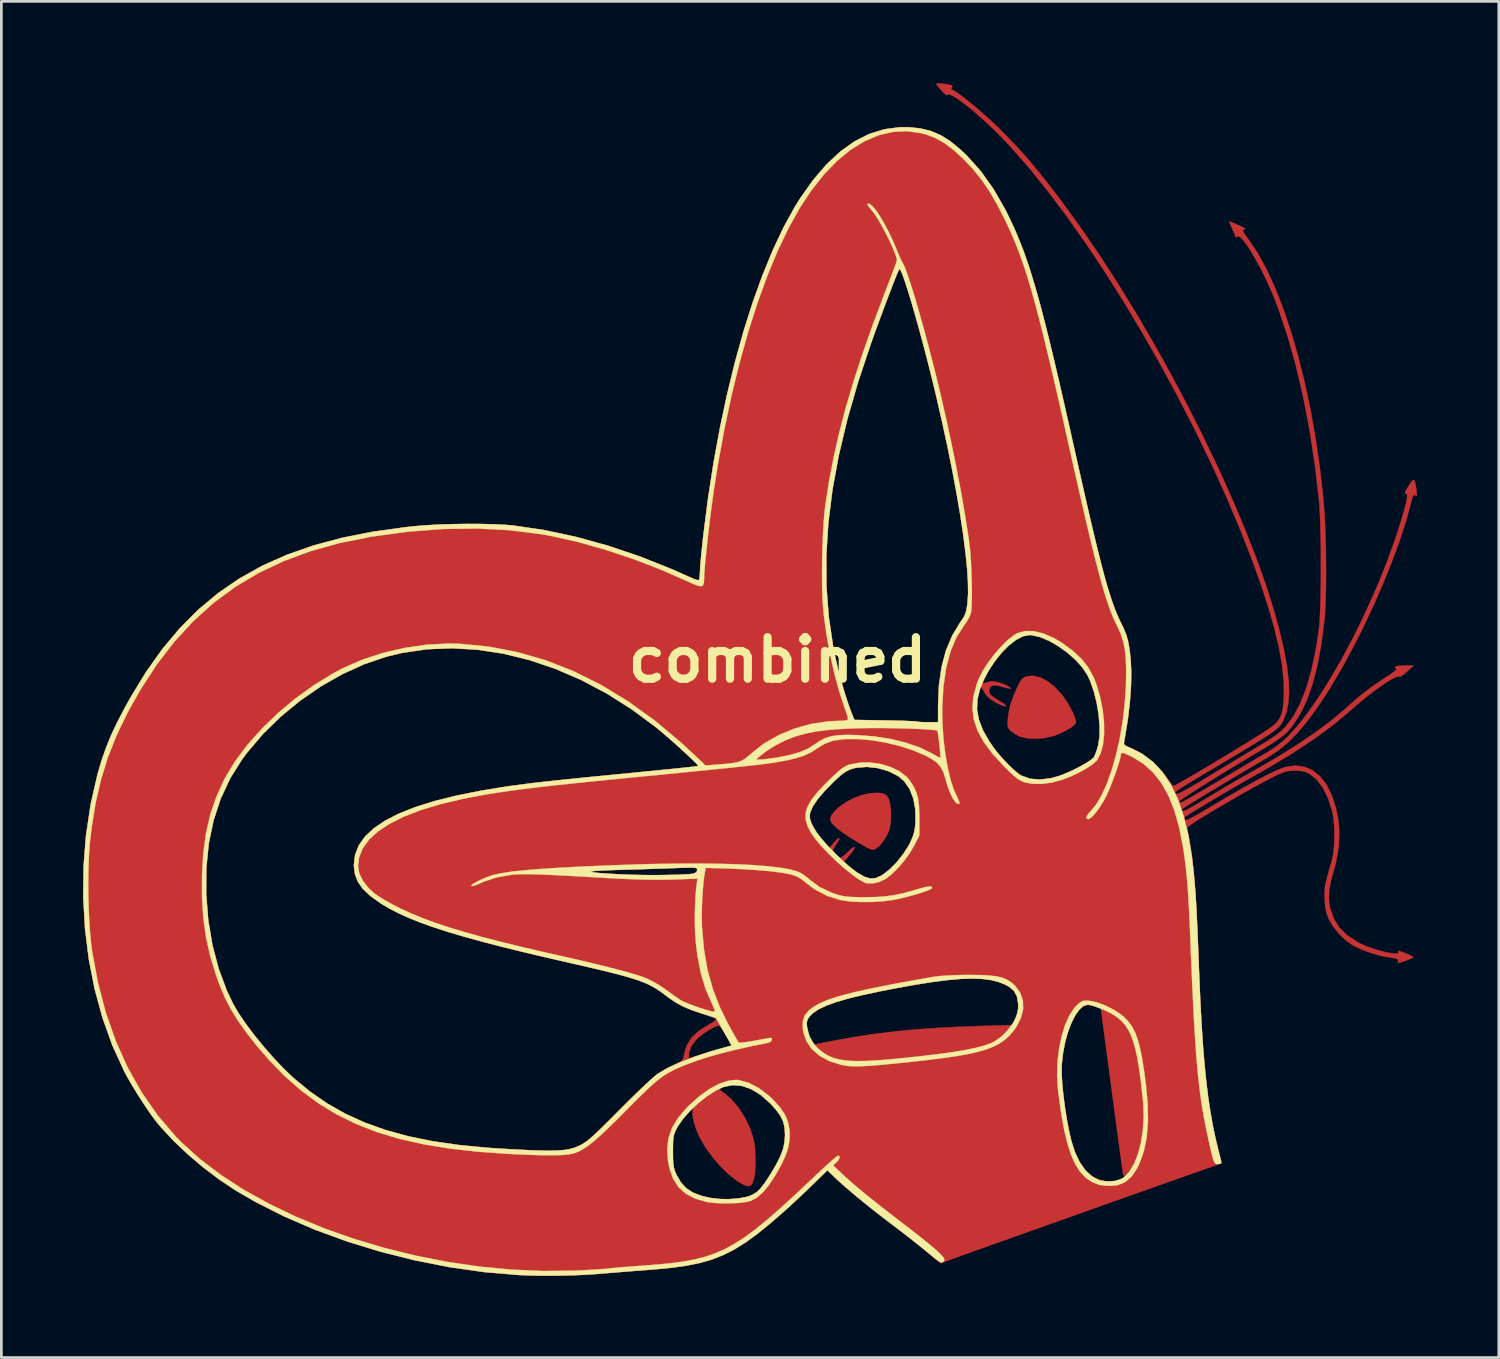
<source format=kicad_pcb>
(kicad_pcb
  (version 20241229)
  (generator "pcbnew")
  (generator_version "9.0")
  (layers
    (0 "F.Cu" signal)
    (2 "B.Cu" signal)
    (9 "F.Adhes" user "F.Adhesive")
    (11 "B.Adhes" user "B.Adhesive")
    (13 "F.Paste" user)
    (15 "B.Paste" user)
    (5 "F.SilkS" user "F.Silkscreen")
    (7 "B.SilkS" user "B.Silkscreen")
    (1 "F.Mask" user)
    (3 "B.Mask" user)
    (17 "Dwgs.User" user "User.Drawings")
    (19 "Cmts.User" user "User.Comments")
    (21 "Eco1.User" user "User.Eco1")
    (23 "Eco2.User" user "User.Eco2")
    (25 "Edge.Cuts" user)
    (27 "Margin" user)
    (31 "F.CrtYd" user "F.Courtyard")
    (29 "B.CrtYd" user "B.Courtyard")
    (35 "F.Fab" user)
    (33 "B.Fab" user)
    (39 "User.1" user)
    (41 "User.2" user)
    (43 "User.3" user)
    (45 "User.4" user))
  (footprint "combined"
    (layer "F.Cu")
    (at 25.479 21.165)
    (property "Reference" "combined" (at 0 0 0) (layer "F.SilkS") (effects (font (size 1.524 1.524) (thickness 0.3))))
    (attr through_hole)
    (fp_poly (pts (xy 3.857 4.896) (xy 3.975 4.951) (xy 4.057 5.05) (xy 4.083 5.1) (xy 4.13 5.262) (xy 4.158 5.488) (xy 4.165 5.743) (xy 4.152 5.992) (xy 4.116 6.197) (xy 4.115 6.199) (xy 4.033 6.406) (xy 3.909 6.617) (xy 3.767 6.798) (xy 3.629 6.915) (xy 3.627 6.917) (xy 3.559 6.952) (xy 3.497 6.965) (xy 3.42 6.949) (xy 3.309 6.899) (xy 3.143 6.807) (xy 3.014 6.733) (xy 2.666 6.522) (xy 2.376 6.325) (xy 2.151 6.148) (xy 2.001 5.999) (xy 1.934 5.883) (xy 1.93 5.859) (xy 1.977 5.705) (xy 2.104 5.538) (xy 2.295 5.369) (xy 2.533 5.209) (xy 2.799 5.07) (xy 3.076 4.963) (xy 3.346 4.899) (xy 3.43 4.889) (xy 3.683 4.878) (xy 3.857 4.896)) (stroke (width 0.01) (type solid)) (fill yes) (layer "F.Cu"))
    (fp_poly (pts (xy 9.637 0.637) (xy 9.909 0.779) (xy 10.179 0.994) (xy 10.437 1.274) (xy 10.671 1.613) (xy 10.854 1.959) (xy 10.918 2.121) (xy 10.953 2.252) (xy 10.954 2.314) (xy 10.882 2.4) (xy 10.738 2.505) (xy 10.545 2.616) (xy 10.328 2.718) (xy 10.117 2.796) (xy 9.799 2.867) (xy 9.47 2.894) (xy 9.16 2.877) (xy 8.903 2.817) (xy 8.859 2.799) (xy 8.7 2.711) (xy 8.564 2.609) (xy 8.537 2.584) (xy 8.476 2.507) (xy 8.446 2.424) (xy 8.442 2.3) (xy 8.456 2.134) (xy 8.493 1.869) (xy 8.556 1.614) (xy 8.654 1.337) (xy 8.797 1.006) (xy 8.798 1.005) (xy 8.89 0.819) (xy 8.968 0.704) (xy 9.051 0.638) (xy 9.126 0.607) (xy 9.372 0.577) (xy 9.637 0.637)) (stroke (width 0.01) (type solid)) (fill yes) (layer "F.Cu"))
    (fp_poly (pts (xy 5.991 -21.152) (xy 6.005 -21.151) (xy 6.224 -21.124) (xy 6.356 -21.099) (xy 6.416 -21.071) (xy 6.419 -21.033) (xy 6.399 -21.004) (xy 6.37 -20.943) (xy 6.388 -20.93) (xy 6.471 -20.896) (xy 6.614 -20.804) (xy 6.807 -20.661) (xy 7.036 -20.48) (xy 7.289 -20.27) (xy 7.553 -20.042) (xy 7.816 -19.805) (xy 8.066 -19.57) (xy 8.205 -19.433) (xy 8.536 -19.097) (xy 8.838 -18.777) (xy 9.125 -18.457) (xy 9.412 -18.12) (xy 9.713 -17.751) (xy 10.041 -17.331) (xy 10.411 -16.846) (xy 10.449 -16.796) (xy 11.127 -15.865) (xy 11.807 -14.871) (xy 12.484 -13.826) (xy 13.152 -12.739) (xy 13.806 -11.62) (xy 14.441 -10.48) (xy 15.052 -9.327) (xy 15.634 -8.173) (xy 16.183 -7.027) (xy 16.691 -5.899) (xy 17.156 -4.799) (xy 17.571 -3.738) (xy 17.932 -2.725) (xy 18.233 -1.77) (xy 18.405 -1.143) (xy 18.572 -0.439) (xy 18.689 0.183) (xy 18.756 0.729) (xy 18.774 1.204) (xy 18.744 1.614) (xy 18.665 1.966) (xy 18.557 2.229) (xy 18.518 2.301) (xy 18.477 2.367) (xy 18.426 2.432) (xy 18.357 2.501) (xy 18.263 2.579) (xy 18.137 2.671) (xy 17.971 2.783) (xy 17.757 2.919) (xy 17.488 3.085) (xy 17.157 3.286) (xy 16.756 3.527) (xy 16.278 3.813) (xy 16.104 3.917) (xy 15.697 4.159) (xy 15.37 4.355) (xy 15.114 4.51) (xy 14.92 4.629) (xy 14.781 4.718) (xy 14.687 4.782) (xy 14.632 4.827) (xy 14.607 4.859) (xy 14.603 4.882) (xy 14.613 4.903) (xy 14.62 4.914) (xy 14.662 4.918) (xy 14.761 4.881) (xy 14.923 4.799) (xy 15.153 4.671) (xy 15.458 4.492) (xy 15.776 4.3) (xy 16.133 4.083) (xy 16.512 3.855) (xy 16.887 3.629) (xy 17.235 3.42) (xy 17.531 3.244) (xy 17.637 3.18) (xy 17.994 2.962) (xy 18.27 2.777) (xy 18.479 2.614) (xy 18.632 2.466) (xy 18.921 2.085) (xy 19.178 1.607) (xy 19.403 1.035) (xy 19.595 0.37) (xy 19.755 -0.389) (xy 19.872 -1.168) (xy 19.893 -1.4) (xy 19.91 -1.716) (xy 19.923 -2.101) (xy 19.933 -2.537) (xy 19.938 -3.009) (xy 19.939 -3.5) (xy 19.937 -3.992) (xy 19.93 -4.47) (xy 19.92 -4.917) (xy 19.906 -5.317) (xy 19.887 -5.652) (xy 19.872 -5.842) (xy 19.721 -7.149) (xy 19.526 -8.42) (xy 19.292 -9.643) (xy 19.019 -10.806) (xy 18.711 -11.899) (xy 18.37 -12.91) (xy 18.227 -13.284) (xy 18.076 -13.642) (xy 17.912 -13.999) (xy 17.74 -14.343) (xy 17.567 -14.665) (xy 17.398 -14.952) (xy 17.242 -15.195) (xy 17.104 -15.382) (xy 16.99 -15.503) (xy 16.908 -15.546) (xy 16.883 -15.538) (xy 16.826 -15.502) (xy 16.815 -15.507) (xy 16.796 -15.563) (xy 16.746 -15.684) (xy 16.689 -15.816) (xy 16.564 -16.1) (xy 16.677 -16.056) (xy 16.884 -15.97) (xy 17.045 -15.895) (xy 17.146 -15.838) (xy 17.172 -15.806) (xy 17.158 -15.802) (xy 17.096 -15.791) (xy 17.078 -15.756) (xy 17.11 -15.68) (xy 17.197 -15.551) (xy 17.296 -15.417) (xy 17.636 -14.907) (xy 17.963 -14.305) (xy 18.277 -13.617) (xy 18.575 -12.851) (xy 18.855 -12.016) (xy 19.114 -11.119) (xy 19.351 -10.167) (xy 19.562 -9.17) (xy 19.746 -8.134) (xy 19.901 -7.068) (xy 20.024 -5.98) (xy 20.046 -5.74) (xy 20.076 -5.338) (xy 20.099 -4.872) (xy 20.117 -4.364) (xy 20.127 -3.833) (xy 20.131 -3.299) (xy 20.129 -2.782) (xy 20.119 -2.303) (xy 20.103 -1.88) (xy 20.079 -1.535) (xy 20.073 -1.473) (xy 19.963 -0.605) (xy 19.821 0.17) (xy 19.646 0.855) (xy 19.436 1.454) (xy 19.192 1.97) (xy 18.911 2.406) (xy 18.722 2.633) (xy 18.598 2.746) (xy 18.411 2.89) (xy 18.186 3.044) (xy 17.96 3.185) (xy 17.513 3.45) (xy 17.072 3.715) (xy 16.645 3.973) (xy 16.24 4.22) (xy 15.867 4.451) (xy 15.532 4.66) (xy 15.246 4.842) (xy 15.016 4.991) (xy 14.851 5.103) (xy 14.76 5.172) (xy 14.744 5.191) (xy 14.798 5.236) (xy 14.809 5.236) (xy 14.864 5.21) (xy 14.994 5.138) (xy 15.191 5.026) (xy 15.442 4.881) (xy 15.737 4.709) (xy 16.065 4.515) (xy 16.256 4.402) (xy 16.618 4.188) (xy 16.969 3.979) (xy 17.296 3.786) (xy 17.584 3.615) (xy 17.819 3.477) (xy 17.987 3.379) (xy 18.029 3.354) (xy 18.258 3.204) (xy 18.503 3.016) (xy 18.71 2.831) (xy 18.716 2.825) (xy 19.081 2.423) (xy 19.466 1.932) (xy 19.863 1.361) (xy 20.268 0.721) (xy 20.675 0.02) (xy 21.078 -0.731) (xy 21.471 -1.523) (xy 21.848 -2.347) (xy 22.03 -2.769) (xy 22.195 -3.171) (xy 22.357 -3.586) (xy 22.511 -4.002) (xy 22.655 -4.408) (xy 22.785 -4.795) (xy 22.897 -5.151) (xy 22.989 -5.466) (xy 23.057 -5.728) (xy 23.098 -5.928) (xy 23.108 -6.054) (xy 23.085 -6.096) (xy 23.035 -6.101) (xy 23.021 -6.128) (xy 23.048 -6.196) (xy 23.122 -6.323) (xy 23.172 -6.405) (xy 23.266 -6.545) (xy 23.331 -6.603) (xy 23.377 -6.574) (xy 23.413 -6.453) (xy 23.445 -6.25) (xy 23.463 -6.094) (xy 23.461 -6.021) (xy 23.435 -6.014) (xy 23.406 -6.035) (xy 23.363 -6.055) (xy 23.328 -6.025) (xy 23.291 -5.929) (xy 23.244 -5.749) (xy 23.239 -5.729) (xy 23.065 -5.091) (xy 22.837 -4.389) (xy 22.562 -3.638) (xy 22.248 -2.856) (xy 21.901 -2.06) (xy 21.53 -1.265) (xy 21.139 -0.489) (xy 20.738 0.252) (xy 20.649 0.409) (xy 20.23 1.111) (xy 19.831 1.72) (xy 19.449 2.243) (xy 19.078 2.684) (xy 18.714 3.05) (xy 18.351 3.346) (xy 18.069 3.53) (xy 17.542 3.841) (xy 17.041 4.136) (xy 16.575 4.414) (xy 16.15 4.668) (xy 15.772 4.896) (xy 15.449 5.093) (xy 15.186 5.255) (xy 14.992 5.378) (xy 14.872 5.458) (xy 14.834 5.49) (xy 14.846 5.532) (xy 14.892 5.541) (xy 14.979 5.514) (xy 15.117 5.446) (xy 15.317 5.333) (xy 15.589 5.17) (xy 15.726 5.086) (xy 16.044 4.893) (xy 16.418 4.672) (xy 16.814 4.442) (xy 17.2 4.221) (xy 17.475 4.067) (xy 18.291 3.597) (xy 19.04 3.132) (xy 19.714 2.677) (xy 20.307 2.237) (xy 20.81 1.816) (xy 20.905 1.73) (xy 21.363 1.327) (xy 21.818 0.977) (xy 22.314 0.644) (xy 22.331 0.633) (xy 22.506 0.518) (xy 22.636 0.42) (xy 22.705 0.353) (xy 22.709 0.331) (xy 22.654 0.274) (xy 22.696 0.233) (xy 22.832 0.21) (xy 23 0.205) (xy 23.343 0.207) (xy 23.093 0.437) (xy 22.959 0.549) (xy 22.859 0.611) (xy 22.812 0.614) (xy 22.752 0.607) (xy 22.626 0.659) (xy 22.448 0.761) (xy 22.227 0.904) (xy 21.977 1.081) (xy 21.709 1.283) (xy 21.434 1.503) (xy 21.165 1.732) (xy 21.051 1.834) (xy 20.44 2.349) (xy 19.731 2.874) (xy 18.926 3.409) (xy 18.026 3.952) (xy 17.602 4.192) (xy 17.355 4.331) (xy 17.068 4.495) (xy 16.756 4.676) (xy 16.432 4.866) (xy 16.108 5.056) (xy 15.799 5.24) (xy 15.518 5.409) (xy 15.277 5.556) (xy 15.091 5.671) (xy 14.973 5.748) (xy 14.942 5.771) (xy 14.94 5.825) (xy 14.952 5.863) (xy 14.981 5.878) (xy 15.052 5.86) (xy 15.173 5.805) (xy 15.353 5.708) (xy 15.601 5.565) (xy 15.925 5.372) (xy 15.936 5.366) (xy 16.536 5.01) (xy 17.075 4.7) (xy 17.548 4.438) (xy 17.953 4.226) (xy 18.283 4.067) (xy 18.537 3.962) (xy 18.635 3.931) (xy 18.997 3.877) (xy 19.332 3.918) (xy 19.638 4.051) (xy 19.911 4.273) (xy 20.147 4.579) (xy 20.342 4.966) (xy 20.493 5.43) (xy 20.581 5.862) (xy 20.619 6.355) (xy 20.59 6.885) (xy 20.498 7.419) (xy 20.425 7.686) (xy 20.312 8.093) (xy 20.249 8.435) (xy 20.233 8.734) (xy 20.261 9.012) (xy 20.291 9.145) (xy 20.426 9.518) (xy 20.63 9.836) (xy 20.914 10.111) (xy 21.285 10.352) (xy 21.412 10.418) (xy 21.619 10.509) (xy 21.849 10.592) (xy 22.086 10.664) (xy 22.313 10.722) (xy 22.513 10.76) (xy 22.67 10.776) (xy 22.768 10.767) (xy 22.788 10.727) (xy 22.784 10.719) (xy 22.767 10.683) (xy 22.787 10.674) (xy 22.86 10.693) (xy 23.003 10.746) (xy 23.086 10.778) (xy 23.23 10.84) (xy 23.318 10.894) (xy 23.332 10.923) (xy 23.269 10.955) (xy 23.145 11.004) (xy 22.998 11.057) (xy 22.863 11.102) (xy 22.777 11.124) (xy 22.769 11.125) (xy 22.765 11.087) (xy 22.775 11.052) (xy 22.781 11.013) (xy 22.753 10.983) (xy 22.673 10.957) (xy 22.525 10.928) (xy 22.305 10.893) (xy 22.049 10.837) (xy 21.746 10.744) (xy 21.439 10.628) (xy 21.171 10.505) (xy 21.132 10.485) (xy 20.861 10.297) (xy 20.598 10.044) (xy 20.371 9.758) (xy 20.231 9.512) (xy 20.151 9.307) (xy 20.104 9.092) (xy 20.08 8.825) (xy 20.078 8.788) (xy 20.073 8.626) (xy 20.075 8.484) (xy 20.088 8.345) (xy 20.116 8.189) (xy 20.161 7.998) (xy 20.229 7.752) (xy 20.321 7.432) (xy 20.348 7.341) (xy 20.4 7.08) (xy 20.43 6.754) (xy 20.438 6.395) (xy 20.424 6.038) (xy 20.387 5.715) (xy 20.351 5.537) (xy 20.198 5.068) (xy 20.007 4.683) (xy 19.781 4.386) (xy 19.533 4.188) (xy 19.37 4.111) (xy 19.196 4.073) (xy 18.992 4.064) (xy 18.808 4.071) (xy 18.648 4.1) (xy 18.476 4.161) (xy 18.254 4.262) (xy 18.042 4.369) (xy 17.781 4.508) (xy 17.484 4.671) (xy 17.161 4.851) (xy 16.824 5.043) (xy 16.486 5.239) (xy 16.157 5.432) (xy 15.85 5.616) (xy 15.575 5.783) (xy 15.345 5.927) (xy 15.171 6.041) (xy 15.065 6.119) (xy 15.037 6.15) (xy 15.046 6.215) (xy 15.07 6.353) (xy 15.104 6.537) (xy 15.113 6.587) (xy 15.159 6.844) (xy 15.2 7.119) (xy 15.238 7.42) (xy 15.273 7.756) (xy 15.305 8.136) (xy 15.336 8.568) (xy 15.365 9.062) (xy 15.394 9.627) (xy 15.424 10.27) (xy 15.454 11.001) (xy 15.471 11.455) (xy 15.515 12.481) (xy 15.565 13.413) (xy 15.623 14.26) (xy 15.69 15.031) (xy 15.766 15.734) (xy 15.852 16.377) (xy 15.95 16.968) (xy 16.06 17.516) (xy 16.184 18.03) (xy 16.285 18.394) (xy 16.271 18.455) (xy 16.18 18.512) (xy 16.066 18.554) (xy 15.973 18.586) (xy 15.794 18.648) (xy 15.537 18.739) (xy 15.21 18.854) (xy 14.821 18.991) (xy 14.378 19.148) (xy 13.888 19.321) (xy 13.36 19.508) (xy 12.802 19.706) (xy 12.221 19.913) (xy 11.626 20.124) (xy 11.024 20.338) (xy 10.423 20.552) (xy 9.831 20.762) (xy 9.256 20.967) (xy 8.707 21.162) (xy 8.19 21.347) (xy 7.714 21.516) (xy 7.286 21.669) (xy 6.915 21.802) (xy 6.609 21.912) (xy 6.375 21.996) (xy 6.222 22.052) (xy 6.158 22.076) (xy 5.991 22.145) (xy 5.52 21.749) (xy 5.323 21.587) (xy 5.068 21.384) (xy 4.778 21.157) (xy 4.478 20.925) (xy 4.233 20.739) (xy 3.75 20.37) (xy 3.292 20.008) (xy 2.872 19.665) (xy 2.504 19.352) (xy 2.2 19.081) (xy 2.097 18.983) (xy 1.832 18.727) (xy 1.284 19.261) (xy 1.038 19.498) (xy 0.765 19.756) (xy 0.497 20.004) (xy 0.267 20.213) (xy 0.254 20.225) (xy -0.264 20.676) (xy -0.732 21.056) (xy -1.165 21.372) (xy -1.58 21.631) (xy -1.992 21.84) (xy -2.416 22.006) (xy -2.868 22.134) (xy -3.364 22.233) (xy -3.92 22.309) (xy -4.55 22.368) (xy -4.699 22.38) (xy -5.09 22.409) (xy -5.52 22.443) (xy -5.953 22.478) (xy -6.348 22.511) (xy -6.579 22.53) (xy -7.011 22.56) (xy -7.511 22.581) (xy -8.045 22.593) (xy -8.581 22.595) (xy -9.084 22.588) (xy -9.5 22.571) (xy -10.764 22.463) (xy -12.04 22.281) (xy -13.312 22.03) (xy -14.568 21.715) (xy -15.794 21.339) (xy -16.977 20.906) (xy -18.104 20.42) (xy -19.162 19.885) (xy -19.888 19.463) (xy -20.48 19.069) (xy -21.072 18.621) (xy -21.64 18.139) (xy -21.751 18.034) (xy -3.835 18.034) (xy -3.833 18.298) (xy -3.823 18.488) (xy -3.802 18.631) (xy -3.765 18.755) (xy -3.708 18.888) (xy -3.703 18.898) (xy -3.542 19.176) (xy -3.344 19.39) (xy -3.093 19.551) (xy -2.773 19.67) (xy -2.467 19.741) (xy -2.144 19.78) (xy -1.791 19.787) (xy -1.445 19.762) (xy -1.144 19.708) (xy -1.051 19.68) (xy -0.891 19.613) (xy -0.75 19.52) (xy -0.614 19.385) (xy -0.466 19.192) (xy -0.291 18.927) (xy -0.261 18.879) (xy -0.049 18.522) (xy 0.103 18.221) (xy 0.203 17.955) (xy 0.258 17.704) (xy 0.277 17.447) (xy 0.277 17.424) (xy 0.262 17.162) (xy 0.208 16.936) (xy 0.104 16.723) (xy -0.062 16.498) (xy -0.27 16.269) (xy -0.543 16.022) (xy -0.839 15.821) (xy -1.135 15.677) (xy -1.409 15.603) (xy -1.512 15.596) (xy -1.672 15.606) (xy -1.844 15.634) (xy -1.997 15.672) (xy -2.103 15.713) (xy -2.133 15.743) (xy -2.095 15.788) (xy -1.999 15.863) (xy -1.952 15.896) (xy -1.684 16.126) (xy -1.427 16.432) (xy -1.198 16.789) (xy -1.011 17.173) (xy -0.883 17.557) (xy -0.862 17.652) (xy -0.826 17.906) (xy -0.807 18.203) (xy -0.804 18.507) (xy -0.819 18.786) (xy -0.851 19.004) (xy -0.858 19.031) (xy -0.92 19.21) (xy -0.994 19.299) (xy -1.101 19.309) (xy -1.246 19.258) (xy -1.511 19.102) (xy -1.799 18.871) (xy -2.092 18.584) (xy -2.374 18.259) (xy -2.626 17.916) (xy -2.831 17.571) (xy -2.865 17.503) (xy -2.979 17.241) (xy -3.062 16.984) (xy -3.11 16.755) (xy -3.12 16.573) (xy -3.088 16.464) (xy -3.09 16.454) (xy -3.151 16.503) (xy -3.259 16.602) (xy -3.263 16.607) (xy -3.419 16.778) (xy -3.574 16.989) (xy -3.667 17.14) (xy -3.74 17.279) (xy -3.788 17.393) (xy -3.816 17.511) (xy -3.83 17.659) (xy -3.835 17.865) (xy -3.835 18.034) (xy -21.751 18.034) (xy -22.164 17.642) (xy -22.622 17.149) (xy -22.779 16.96) (xy -22.98 16.694) (xy -23.207 16.364) (xy -23.444 16) (xy -23.672 15.628) (xy -23.873 15.278) (xy -23.975 15.088) (xy -24.407 14.142) (xy -24.768 13.134) (xy -25.056 12.076) (xy -25.271 10.979) (xy -25.41 9.854) (xy -25.474 8.713) (xy -25.473 8.585) (xy -20.964 8.585) (xy -20.888 9.545) (xy -20.734 10.464) (xy -20.505 11.333) (xy -20.203 12.143) (xy -19.973 12.624) (xy -19.771 12.969) (xy -19.505 13.359) (xy -19.191 13.777) (xy -18.844 14.202) (xy -18.479 14.618) (xy -18.112 15.004) (xy -17.757 15.343) (xy -17.741 15.356) (xy -17.146 15.846) (xy -16.52 16.277) (xy -15.855 16.654) (xy -15.143 16.978) (xy -14.377 17.252) (xy -13.549 17.479) (xy -12.652 17.662) (xy -11.678 17.802) (xy -10.619 17.903) (xy -10.185 17.932) (xy -9.611 17.965) (xy -9.128 17.989) (xy -8.725 18.004) (xy -8.391 18.009) (xy -8.117 18.005) (xy -7.891 17.991) (xy -7.703 17.965) (xy -7.543 17.929) (xy -7.399 17.881) (xy -7.264 17.822) (xy -7.162 17.769) (xy -7.059 17.704) (xy -6.944 17.619) (xy -6.808 17.504) (xy -6.642 17.352) (xy -6.436 17.153) (xy -6.181 16.9) (xy -5.867 16.585) (xy -5.791 16.508) (xy -5.418 16.134) (xy -5.104 15.825) (xy -4.837 15.574) (xy -4.607 15.372) (xy -4.403 15.209) (xy -4.335 15.162) (xy 10.423 15.162) (xy 10.433 15.426) (xy 10.459 15.725) (xy 10.503 16.084) (xy 10.535 16.307) (xy 10.627 16.884) (xy 10.721 17.369) (xy 10.821 17.774) (xy 10.931 18.107) (xy 11.053 18.381) (xy 11.192 18.603) (xy 11.35 18.786) (xy 11.408 18.84) (xy 11.671 19.017) (xy 11.961 19.122) (xy 12.254 19.148) (xy 12.526 19.092) (xy 12.573 19.072) (xy 12.716 18.985) (xy 12.832 18.885) (xy 12.835 18.881) (xy 12.929 18.771) (xy 12.817 18.865) (xy 12.736 18.927) (xy 12.7 18.917) (xy 12.679 18.84) (xy 12.668 18.769) (xy 12.644 18.606) (xy 12.61 18.361) (xy 12.567 18.044) (xy 12.551 17.932) (xy 13.259 17.932) (xy 13.277 17.974) (xy 13.293 17.966) (xy 13.299 17.906) (xy 13.293 17.899) (xy 13.262 17.906) (xy 13.259 17.932) (xy 12.551 17.932) (xy 12.524 17.729) (xy 13.31 17.729) (xy 13.328 17.771) (xy 13.343 17.763) (xy 13.35 17.703) (xy 13.343 17.695) (xy 13.313 17.702) (xy 13.31 17.729) (xy 12.524 17.729) (xy 12.515 17.662) (xy 12.456 17.227) (xy 12.391 16.746) (xy 12.322 16.229) (xy 12.259 15.755) (xy 11.865 12.791) (xy 11.737 12.741) (xy 11.514 12.672) (xy 11.344 12.667) (xy 11.199 12.727) (xy 11.136 12.775) (xy 10.975 12.961) (xy 10.824 13.229) (xy 10.689 13.564) (xy 10.575 13.946) (xy 10.49 14.357) (xy 10.438 14.779) (xy 10.429 14.91) (xy 10.423 15.162) (xy -4.335 15.162) (xy -4.214 15.078) (xy -4.031 14.969) (xy -3.842 14.874) (xy -3.744 14.83) (xy -3.587 14.756) (xy -3.498 14.693) (xy -3.454 14.611) (xy -3.433 14.503) (xy -3.251 14.503) (xy -3.251 14.624) (xy -2.832 14.483) (xy -2.579 14.402) (xy -2.304 14.321) (xy -2.063 14.257) (xy -2.046 14.252) (xy -1.679 14.163) (xy -1.879 13.8) (xy -1.98 13.629) (xy -2.072 13.497) (xy -2.139 13.427) (xy -2.15 13.421) (xy -2.242 13.439) (xy -2.387 13.507) (xy -2.561 13.609) (xy -2.739 13.73) (xy -2.897 13.854) (xy -2.994 13.949) (xy -3.161 14.178) (xy -3.241 14.391) (xy -3.251 14.503) (xy -3.433 14.503) (xy -3.429 14.483) (xy -3.428 14.479) (xy -3.337 14.158) (xy -3.163 13.874) (xy -2.9 13.622) (xy -2.544 13.395) (xy -2.51 13.377) (xy -2.373 13.297) (xy 1.075 13.297) (xy 1.082 13.453) (xy 1.084 13.469) (xy 1.125 13.675) (xy 1.191 13.862) (xy 1.272 14.009) (xy 1.356 14.093) (xy 1.412 14.103) (xy 1.496 14.083) (xy 1.655 14.05) (xy 1.863 14.009) (xy 2.032 13.976) (xy 2.801 13.838) (xy 3.293 13.763) (xy 8.293 13.763) (xy 8.3 13.767) (xy 8.346 13.731) (xy 8.357 13.716) (xy 8.37 13.669) (xy 8.363 13.665) (xy 8.316 13.701) (xy 8.306 13.716) (xy 8.293 13.763) (xy 3.293 13.763) (xy 3.559 13.723) (xy 4.325 13.629) (xy 5.119 13.554) (xy 5.963 13.496) (xy 6.875 13.452) (xy 7.452 13.432) (xy 8.629 13.398) (xy 8.74 13.141) (xy 8.816 12.91) (xy 8.833 12.675) (xy 8.829 12.599) (xy 8.785 12.343) (xy 8.682 12.15) (xy 8.505 11.997) (xy 8.357 11.915) (xy 8.115 11.818) (xy 7.837 11.748) (xy 7.515 11.706) (xy 7.142 11.692) (xy 6.711 11.707) (xy 6.216 11.751) (xy 5.649 11.825) (xy 5.004 11.928) (xy 4.273 12.061) (xy 3.74 12.166) (xy 3.118 12.299) (xy 2.592 12.427) (xy 2.155 12.555) (xy 1.8 12.683) (xy 1.522 12.813) (xy 1.315 12.949) (xy 1.191 13.068) (xy 1.107 13.185) (xy 1.075 13.297) (xy -2.373 13.297) (xy -2.368 13.294) (xy -2.275 13.223) (xy -2.251 13.185) (xy -2.304 13.151) (xy -2.432 13.096) (xy -2.616 13.029) (xy -2.772 12.978) (xy -3.156 12.847) (xy -3.47 12.714) (xy -3.745 12.563) (xy -4.011 12.38) (xy -4.089 12.32) (xy -4.261 12.191) (xy -4.43 12.077) (xy -4.606 11.974) (xy -4.801 11.879) (xy -5.024 11.789) (xy -5.287 11.699) (xy -5.598 11.606) (xy -5.968 11.508) (xy -6.408 11.399) (xy -6.927 11.276) (xy -7.484 11.149) (xy -8.473 10.922) (xy -9.369 10.71) (xy -10.176 10.51) (xy -10.902 10.321) (xy -11.552 10.141) (xy -12.133 9.968) (xy -12.65 9.799) (xy -13.111 9.634) (xy -13.52 9.47) (xy -13.885 9.306) (xy -14.212 9.138) (xy -14.506 8.966) (xy -14.575 8.922) (xy -14.937 8.662) (xy -15.208 8.408) (xy -15.393 8.147) (xy -15.502 7.868) (xy -15.514 7.781) (xy -6.834 7.781) (xy -6.733 7.8) (xy -6.53 7.821) (xy -6.226 7.843) (xy -5.821 7.866) (xy -5.791 7.868) (xy -5.469 7.881) (xy -5.11 7.89) (xy -4.73 7.895) (xy -4.35 7.895) (xy -3.985 7.89) (xy -3.656 7.882) (xy -3.38 7.87) (xy -3.175 7.855) (xy -3.086 7.843) (xy -2.975 7.793) (xy -2.946 7.711) (xy -2.95 7.673) (xy -2.97 7.646) (xy -3.022 7.63) (xy -3.12 7.622) (xy -3.278 7.622) (xy -3.511 7.629) (xy -3.772 7.639) (xy -4.077 7.65) (xy -4.455 7.662) (xy -4.874 7.676) (xy -5.306 7.689) (xy -5.72 7.701) (xy -5.817 7.704) (xy -6.223 7.718) (xy -6.528 7.732) (xy -6.731 7.747) (xy -6.833 7.764) (xy -6.834 7.781) (xy -15.514 7.781) (xy -15.543 7.561) (xy -15.543 7.518) (xy -15.498 7.15) (xy -15.362 6.804) (xy -15.133 6.48) (xy -14.811 6.178) (xy -14.396 5.897) (xy -14.144 5.768) (xy 1.184 5.768) (xy 1.208 5.895) (xy 1.276 6.053) (xy 1.317 6.132) (xy 1.442 6.339) (xy 1.591 6.554) (xy 1.683 6.67) (xy 1.891 6.913) (xy 2.069 6.705) (xy 2.191 6.577) (xy 2.26 6.53) (xy 2.271 6.562) (xy 2.219 6.671) (xy 2.166 6.754) (xy 2.087 6.881) (xy 2.039 6.971) (xy 2.032 6.993) (xy 2.068 7.062) (xy 2.15 7.153) (xy 2.244 7.233) (xy 2.31 7.264) (xy 2.374 7.23) (xy 2.48 7.143) (xy 2.565 7.061) (xy 2.715 6.922) (xy 2.808 6.863) (xy 2.839 6.878) (xy 2.801 6.963) (xy 2.689 7.115) (xy 2.669 7.138) (xy 2.429 7.418) (xy 2.548 7.519) (xy 2.651 7.6) (xy 2.805 7.712) (xy 2.965 7.823) (xy 3.208 7.965) (xy 3.418 8.024) (xy 3.619 8.002) (xy 3.833 7.902) (xy 3.864 7.883) (xy 4.119 7.684) (xy 4.38 7.419) (xy 4.621 7.116) (xy 4.817 6.807) (xy 4.854 6.736) (xy 4.957 6.509) (xy 5.019 6.315) (xy 5.053 6.103) (xy 5.066 5.936) (xy 5.06 5.49) (xy 4.986 5.086) (xy 4.848 4.736) (xy 4.653 4.452) (xy 4.428 4.261) (xy 4.074 4.084) (xy 3.683 3.97) (xy 3.286 3.925) (xy 2.911 3.952) (xy 2.775 3.984) (xy 2.625 4.036) (xy 2.489 4.108) (xy 2.342 4.216) (xy 2.162 4.376) (xy 2.077 4.457) (xy 1.745 4.793) (xy 1.487 5.095) (xy 1.306 5.359) (xy 1.207 5.579) (xy 1.194 5.636) (xy 1.184 5.768) (xy -14.144 5.768) (xy -13.885 5.637) (xy -13.28 5.397) (xy -12.578 5.178) (xy -11.779 4.979) (xy -10.882 4.799) (xy -9.887 4.638) (xy -9.042 4.526) (xy -8.77 4.494) (xy -8.419 4.456) (xy -8.011 4.412) (xy -7.568 4.366) (xy -7.112 4.319) (xy -6.666 4.275) (xy -6.604 4.269) (xy -5.872 4.198) (xy -5.237 4.136) (xy -4.691 4.082) (xy -4.23 4.036) (xy -3.847 3.998) (xy -3.539 3.966) (xy -3.299 3.941) (xy -3.121 3.921) (xy -3 3.906) (xy -2.931 3.896) (xy -2.908 3.89) (xy -2.935 3.849) (xy -3.026 3.753) (xy -3.169 3.614) (xy -3.351 3.443) (xy -3.56 3.252) (xy -3.783 3.051) (xy -4.008 2.853) (xy -4.222 2.669) (xy -4.412 2.51) (xy -4.47 2.463) (xy -5.357 1.806) (xy -6.27 1.23) (xy -7.201 0.737) (xy -8.146 0.329) (xy -9.098 0.007) (xy -10.052 -0.228) (xy -11.001 -0.373) (xy -11.94 -0.428) (xy -12.862 -0.391) (xy -13.762 -0.26) (xy -14.34 -0.122) (xy -15.156 0.154) (xy -15.966 0.522) (xy -16.757 0.972) (xy -17.516 1.496) (xy -18.23 2.083) (xy -18.885 2.724) (xy -19.468 3.41) (xy -19.645 3.649) (xy -20.08 4.342) (xy -20.429 5.087) (xy -20.691 5.884) (xy -20.868 6.733) (xy -20.959 7.637) (xy -20.964 8.585) (xy -25.473 8.585) (xy -25.462 7.567) (xy -25.372 6.427) (xy -25.203 5.304) (xy -24.954 4.21) (xy -24.938 4.15) (xy -24.797 3.674) (xy -24.639 3.221) (xy -24.454 2.769) (xy -24.232 2.297) (xy -23.964 1.783) (xy -23.736 1.372) (xy -23.173 0.447) (xy -22.575 -0.395) (xy -21.938 -1.156) (xy -21.257 -1.84) (xy -20.527 -2.45) (xy -19.743 -2.988) (xy -18.901 -3.457) (xy -17.996 -3.86) (xy -17.024 -4.201) (xy -15.979 -4.48) (xy -14.857 -4.703) (xy -13.653 -4.87) (xy -13.287 -4.909) (xy -12.864 -4.943) (xy -12.384 -4.968) (xy -11.871 -4.984) (xy -11.347 -4.991) (xy -10.837 -4.988) (xy -10.364 -4.976) (xy -9.951 -4.954) (xy -9.703 -4.933) (xy -8.576 -4.768) (xy -7.412 -4.52) (xy -6.226 -4.193) (xy -5.032 -3.79) (xy -3.845 -3.317) (xy -3.204 -3.03) (xy -3.051 -2.965) (xy -2.934 -2.929) (xy -2.886 -2.927) (xy -2.863 -2.988) (xy -2.848 -3.117) (xy -2.845 -3.216) (xy -2.839 -3.346) (xy -2.823 -3.557) (xy -2.799 -3.83) (xy -2.798 -3.84) (xy 1.793 -3.84) (xy 1.798 -2.693) (xy 1.882 -1.578) (xy 2.044 -0.489) (xy 2.114 -0.135) (xy 2.205 0.263) (xy 2.316 0.688) (xy 2.436 1.111) (xy 2.559 1.502) (xy 2.675 1.831) (xy 2.707 1.915) (xy 2.822 2.201) (xy 3.962 2.22) (xy 4.291 2.227) (xy 4.586 2.234) (xy 4.83 2.243) (xy 5.009 2.251) (xy 5.109 2.259) (xy 5.125 2.263) (xy 5.183 2.274) (xy 5.316 2.282) (xy 5.496 2.286) (xy 5.52 2.286) (xy 5.893 2.286) (xy 5.893 1.751) (xy 7.32 1.751) (xy 7.324 1.861) (xy 7.387 2.187) (xy 7.529 2.549) (xy 7.738 2.931) (xy 8.006 3.319) (xy 8.323 3.694) (xy 8.474 3.849) (xy 8.639 4.003) (xy 8.794 4.137) (xy 8.915 4.227) (xy 8.944 4.243) (xy 9.27 4.361) (xy 9.635 4.392) (xy 10.044 4.338) (xy 10.33 4.259) (xy 10.55 4.176) (xy 10.795 4.068) (xy 11.042 3.945) (xy 11.269 3.82) (xy 11.455 3.703) (xy 11.579 3.607) (xy 11.609 3.573) (xy 11.663 3.461) (xy 11.723 3.291) (xy 11.768 3.137) (xy 11.817 2.814) (xy 11.821 2.428) (xy 11.785 2.004) (xy 11.712 1.568) (xy 11.607 1.147) (xy 11.472 0.766) (xy 11.373 0.555) (xy 11.185 0.272) (xy 10.931 -0.008) (xy 10.63 -0.272) (xy 10.302 -0.507) (xy 9.965 -0.7) (xy 9.638 -0.838) (xy 9.34 -0.907) (xy 9.249 -0.913) (xy 9.01 -0.871) (xy 8.753 -0.74) (xy 8.476 -0.516) (xy 8.295 -0.334) (xy 8.15 -0.167) (xy 7.999 0.03) (xy 7.852 0.238) (xy 7.721 0.44) (xy 7.616 0.619) (xy 7.549 0.757) (xy 7.531 0.838) (xy 7.535 0.847) (xy 7.598 0.85) (xy 7.709 0.818) (xy 7.716 0.815) (xy 7.83 0.782) (xy 7.953 0.787) (xy 8.129 0.829) (xy 8.137 0.831) (xy 8.309 0.891) (xy 8.454 0.957) (xy 8.509 0.992) (xy 8.577 1.05) (xy 8.558 1.061) (xy 8.484 1.048) (xy 8.353 1.016) (xy 8.186 0.971) (xy 8.145 0.959) (xy 7.954 0.929) (xy 7.831 0.975) (xy 7.776 1.097) (xy 7.772 1.15) (xy 7.778 1.206) (xy 7.805 1.258) (xy 7.867 1.318) (xy 7.978 1.398) (xy 8.153 1.509) (xy 8.313 1.607) (xy 8.374 1.666) (xy 8.372 1.702) (xy 8.313 1.698) (xy 8.192 1.652) (xy 8.033 1.574) (xy 8.016 1.565) (xy 7.807 1.436) (xy 7.672 1.311) (xy 7.603 1.204) (xy 7.536 1.087) (xy 7.479 1.021) (xy 7.467 1.016) (xy 7.426 1.063) (xy 7.387 1.185) (xy 7.353 1.358) (xy 7.329 1.555) (xy 7.32 1.751) (xy 5.893 1.751) (xy 5.893 1.696) (xy 5.924 0.943) (xy 6.02 0.265) (xy 6.182 -0.345) (xy 6.412 -0.894) (xy 6.71 -1.386) (xy 6.761 -1.454) (xy 6.848 -1.588) (xy 6.906 -1.731) (xy 6.948 -1.918) (xy 6.972 -2.087) (xy 6.995 -2.428) (xy 6.989 -2.86) (xy 6.956 -3.376) (xy 6.895 -3.969) (xy 6.81 -4.633) (xy 6.699 -5.362) (xy 6.565 -6.148) (xy 6.408 -6.986) (xy 6.229 -7.868) (xy 6.029 -8.788) (xy 5.819 -9.703) (xy 5.69 -10.237) (xy 5.556 -10.774) (xy 5.42 -11.303) (xy 5.283 -11.818) (xy 5.149 -12.309) (xy 5.02 -12.766) (xy 4.898 -13.183) (xy 4.786 -13.549) (xy 4.687 -13.857) (xy 4.602 -14.097) (xy 4.535 -14.261) (xy 4.489 -14.341) (xy 4.471 -14.344) (xy 4.44 -14.282) (xy 4.378 -14.137) (xy 4.292 -13.922) (xy 4.186 -13.65) (xy 4.065 -13.334) (xy 3.933 -12.986) (xy 3.797 -12.62) (xy 3.659 -12.247) (xy 3.527 -11.881) (xy 3.429 -11.608) (xy 2.955 -10.186) (xy 2.562 -8.821) (xy 2.25 -7.508) (xy 2.018 -6.243) (xy 1.866 -5.021) (xy 1.793 -3.84) (xy -2.798 -3.84) (xy -2.767 -4.145) (xy -2.731 -4.483) (xy -2.721 -4.572) (xy -2.551 -5.914) (xy -2.348 -7.227) (xy -2.114 -8.504) (xy -1.851 -9.739) (xy -1.561 -10.925) (xy -1.246 -12.055) (xy -0.908 -13.122) (xy -0.549 -14.118) (xy -0.171 -15.038) (xy 0.224 -15.874) (xy 0.634 -16.62) (xy 0.841 -16.953) (xy 1.317 -17.622) (xy 1.807 -18.191) (xy 2.312 -18.66) (xy 2.834 -19.03) (xy 3.371 -19.301) (xy 3.926 -19.473) (xy 4.498 -19.547) (xy 4.816 -19.547) (xy 5.243 -19.503) (xy 5.628 -19.408) (xy 5.99 -19.254) (xy 6.345 -19.03) (xy 6.713 -18.728) (xy 6.963 -18.491) (xy 7.464 -17.929) (xy 7.929 -17.274) (xy 8.357 -16.529) (xy 8.481 -16.281) (xy 8.626 -15.976) (xy 8.763 -15.668) (xy 8.895 -15.351) (xy 9.024 -15.018) (xy 9.151 -14.662) (xy 9.278 -14.278) (xy 9.407 -13.858) (xy 9.541 -13.397) (xy 9.68 -12.886) (xy 9.826 -12.321) (xy 9.983 -11.694) (xy 10.15 -10.999) (xy 10.331 -10.229) (xy 10.526 -9.378) (xy 10.739 -8.439) (xy 10.922 -7.62) (xy 11.122 -6.73) (xy 11.303 -5.933) (xy 11.466 -5.223) (xy 11.615 -4.593) (xy 11.75 -4.036) (xy 11.873 -3.547) (xy 11.986 -3.119) (xy 12.091 -2.746) (xy 12.19 -2.42) (xy 12.283 -2.136) (xy 12.373 -1.887) (xy 12.462 -1.667) (xy 12.551 -1.468) (xy 12.6 -1.37) (xy 12.716 -1.126) (xy 12.801 -0.914) (xy 12.862 -0.702) (xy 12.907 -0.461) (xy 12.945 -0.158) (xy 12.957 -0.05) (xy 12.982 0.406) (xy 12.974 0.935) (xy 12.934 1.514) (xy 12.866 2.121) (xy 12.769 2.733) (xy 12.721 2.985) (xy 12.711 3.111) (xy 12.746 3.15) (xy 12.817 3.171) (xy 12.952 3.226) (xy 13.122 3.304) (xy 13.145 3.315) (xy 13.424 3.482) (xy 13.721 3.711) (xy 14.002 3.974) (xy 14.238 4.245) (xy 14.327 4.372) (xy 14.42 4.506) (xy 14.495 4.597) (xy 14.529 4.623) (xy 14.591 4.597) (xy 14.729 4.524) (xy 14.932 4.41) (xy 15.191 4.261) (xy 15.494 4.084) (xy 15.833 3.883) (xy 16.195 3.666) (xy 16.572 3.439) (xy 16.952 3.208) (xy 17.325 2.978) (xy 17.681 2.757) (xy 17.803 2.68) (xy 18.078 2.498) (xy 18.278 2.334) (xy 18.415 2.166) (xy 18.502 1.972) (xy 18.552 1.729) (xy 18.578 1.415) (xy 18.583 1.301) (xy 18.576 0.779) (xy 18.516 0.197) (xy 18.402 -0.447) (xy 18.233 -1.159) (xy 18.008 -1.942) (xy 17.727 -2.801) (xy 17.441 -3.598) (xy 16.984 -4.769) (xy 16.479 -5.964) (xy 15.93 -7.174) (xy 15.342 -8.39) (xy 14.721 -9.602) (xy 14.073 -10.801) (xy 13.402 -11.979) (xy 12.715 -13.125) (xy 12.017 -14.231) (xy 11.312 -15.288) (xy 10.608 -16.286) (xy 9.908 -17.217) (xy 9.218 -18.07) (xy 8.544 -18.837) (xy 8.295 -19.103) (xy 8.011 -19.39) (xy 7.719 -19.669) (xy 7.429 -19.932) (xy 7.15 -20.172) (xy 6.892 -20.38) (xy 6.664 -20.549) (xy 6.477 -20.672) (xy 6.34 -20.739) (xy 6.263 -20.745) (xy 6.254 -20.736) (xy 6.201 -20.725) (xy 6.105 -20.799) (xy 6.065 -20.841) (xy 5.921 -20.999) (xy 5.844 -21.097) (xy 5.832 -21.146) (xy 5.881 -21.16) (xy 5.991 -21.152)) (stroke (width 0.01) (type solid)) (fill yes) (layer "F.Cu"))
    (fp_poly (pts (xy 12.794 13.542) (xy 12.824 13.573) (xy 12.769 13.609) (xy 12.675 13.643) (xy 12.463 13.7) (xy 12.335 13.707) (xy 12.294 13.667) (xy 12.338 13.622) (xy 12.448 13.579) (xy 12.586 13.545) (xy 12.716 13.531) (xy 12.794 13.542)) (stroke (width 0.01) (type solid)) (fill yes) (layer "F.Mask"))
    (fp_poly (pts (xy 13.332 17.544) (xy 13.353 17.581) (xy 13.284 17.625) (xy 13.214 17.644) (xy 13.049 17.68) (xy 12.928 17.709) (xy 12.83 17.722) (xy 12.807 17.69) (xy 12.811 17.674) (xy 12.884 17.603) (xy 13.034 17.553) (xy 13.221 17.531) (xy 13.332 17.544)) (stroke (width 0.01) (type solid)) (fill yes) (layer "F.Mask"))
    (fp_poly (pts (xy -2.816 16.296) (xy -2.75 16.396) (xy -2.678 16.522) (xy -2.619 16.641) (xy -2.591 16.721) (xy -2.591 16.726) (xy -2.613 16.768) (xy -2.67 16.731) (xy -2.75 16.625) (xy -2.785 16.567) (xy -2.871 16.39) (xy -2.893 16.286) (xy -2.857 16.256) (xy -2.816 16.296)) (stroke (width 0.01) (type solid)) (fill yes) (layer "F.Mask"))
    (fp_poly (pts (xy 7.031 13.669) (xy 7.051 13.727) (xy 7.08 13.853) (xy 7.1 13.955) (xy 7.123 14.121) (xy 7.116 14.211) (xy 7.085 14.243) (xy 7.039 14.218) (xy 7.004 14.102) (xy 6.986 13.987) (xy 6.971 13.798) (xy 6.981 13.684) (xy 7.014 13.657) (xy 7.031 13.669)) (stroke (width 0.01) (type solid)) (fill yes) (layer "F.Mask"))
    (fp_poly (pts (xy 13.3 15.726) (xy 13.324 15.756) (xy 13.262 15.79) (xy 13.132 15.827) (xy 12.885 15.88) (xy 12.724 15.893) (xy 12.653 15.867) (xy 12.649 15.853) (xy 12.694 15.816) (xy 12.809 15.777) (xy 12.96 15.743) (xy 13.116 15.721) (xy 13.244 15.716) (xy 13.3 15.726)) (stroke (width 0.01) (type solid)) (fill yes) (layer "F.Mask"))
    (fp_poly (pts (xy 2.741 5.831) (xy 2.726 5.941) (xy 2.664 6.102) (xy 2.641 6.149) (xy 2.565 6.271) (xy 2.495 6.344) (xy 2.448 6.354) (xy 2.438 6.319) (xy 2.459 6.246) (xy 2.511 6.126) (xy 2.578 5.99) (xy 2.644 5.87) (xy 2.693 5.799) (xy 2.705 5.791) (xy 2.741 5.831)) (stroke (width 0.01) (type solid)) (fill yes) (layer "F.Mask"))
    (fp_poly (pts (xy 2.993 14.049) (xy 3.031 14.128) (xy 3.064 14.262) (xy 3.089 14.419) (xy 3.101 14.571) (xy 3.097 14.685) (xy 3.073 14.732) (xy 3.072 14.732) (xy 3.029 14.686) (xy 2.992 14.569) (xy 2.979 14.496) (xy 2.952 14.26) (xy 2.949 14.106) (xy 2.967 14.04) (xy 2.993 14.049)) (stroke (width 0.01) (type solid)) (fill yes) (layer "F.Mask"))
    (fp_poly (pts (xy 3.443 14.047) (xy 3.483 14.136) (xy 3.518 14.304) (xy 3.535 14.427) (xy 3.543 14.578) (xy 3.526 14.669) (xy 3.493 14.687) (xy 3.455 14.622) (xy 3.435 14.541) (xy 3.389 14.299) (xy 3.367 14.141) (xy 3.366 14.053) (xy 3.386 14.022) (xy 3.393 14.021) (xy 3.443 14.047)) (stroke (width 0.01) (type solid)) (fill yes) (layer "F.Mask"))
    (fp_poly (pts (xy 4.394 13.927) (xy 4.413 13.987) (xy 4.439 14.117) (xy 4.461 14.266) (xy 4.481 14.447) (xy 4.477 14.545) (xy 4.448 14.579) (xy 4.442 14.58) (xy 4.398 14.531) (xy 4.361 14.395) (xy 4.343 14.272) (xy 4.327 14.065) (xy 4.337 13.943) (xy 4.372 13.912) (xy 4.394 13.927)) (stroke (width 0.01) (type solid)) (fill yes) (layer "F.Mask"))
    (fp_poly (pts (xy 5.258 13.914) (xy 5.296 14.027) (xy 5.33 14.175) (xy 5.351 14.325) (xy 5.355 14.443) (xy 5.34 14.492) (xy 5.283 14.508) (xy 5.269 14.495) (xy 5.241 14.411) (xy 5.218 14.276) (xy 5.203 14.122) (xy 5.198 13.982) (xy 5.206 13.889) (xy 5.22 13.868) (xy 5.258 13.914)) (stroke (width 0.01) (type solid)) (fill yes) (layer "F.Mask"))
    (fp_poly (pts (xy 6.168 13.724) (xy 6.199 13.843) (xy 6.234 14.049) (xy 6.239 14.082) (xy 6.259 14.263) (xy 6.251 14.362) (xy 6.223 14.395) (xy 6.179 14.361) (xy 6.137 14.227) (xy 6.11 14.08) (xy 6.089 13.902) (xy 6.086 13.763) (xy 6.1 13.695) (xy 6.136 13.678) (xy 6.168 13.724)) (stroke (width 0.01) (type solid)) (fill yes) (layer "F.Mask"))
    (fp_poly (pts (xy 7.481 13.655) (xy 7.526 13.769) (xy 7.55 13.862) (xy 7.58 14.02) (xy 7.577 14.106) (xy 7.543 14.141) (xy 7.492 14.115) (xy 7.45 13.992) (xy 7.437 13.928) (xy 7.409 13.758) (xy 7.398 13.663) (xy 7.404 13.623) (xy 7.43 13.612) (xy 7.442 13.611) (xy 7.481 13.655)) (stroke (width 0.01) (type solid)) (fill yes) (layer "F.Mask"))
    (fp_poly (pts (xy 13.413 16.169) (xy 13.406 16.204) (xy 13.33 16.249) (xy 13.199 16.292) (xy 13.155 16.303) (xy 12.924 16.345) (xy 12.777 16.355) (xy 12.718 16.333) (xy 12.723 16.311) (xy 12.784 16.277) (xy 12.911 16.235) (xy 13.07 16.195) (xy 13.225 16.165) (xy 13.338 16.154) (xy 13.413 16.169)) (stroke (width 0.01) (type solid)) (fill yes) (layer "F.Mask"))
    (fp_poly (pts (xy 2.558 14.116) (xy 2.595 14.229) (xy 2.633 14.378) (xy 2.664 14.529) (xy 2.682 14.652) (xy 2.678 14.713) (xy 2.677 14.713) (xy 2.63 14.704) (xy 2.607 14.691) (xy 2.57 14.627) (xy 2.537 14.505) (xy 2.513 14.357) (xy 2.501 14.213) (xy 2.506 14.108) (xy 2.529 14.072) (xy 2.558 14.116)) (stroke (width 0.01) (type solid)) (fill yes) (layer "F.Mask"))
    (fp_poly (pts (xy 4.796 13.882) (xy 4.824 13.937) (xy 4.853 14.049) (xy 4.888 14.237) (xy 4.905 14.332) (xy 4.912 14.457) (xy 4.891 14.538) (xy 4.856 14.557) (xy 4.818 14.496) (xy 4.81 14.465) (xy 4.767 14.257) (xy 4.744 14.073) (xy 4.74 13.937) (xy 4.758 13.871) (xy 4.765 13.868) (xy 4.796 13.882)) (stroke (width 0.01) (type solid)) (fill yes) (layer "F.Mask"))
    (fp_poly (pts (xy 6.589 13.688) (xy 6.623 13.766) (xy 6.654 13.917) (xy 6.679 14.084) (xy 6.691 14.251) (xy 6.668 14.323) (xy 6.656 14.326) (xy 6.592 14.285) (xy 6.581 14.262) (xy 6.553 14.134) (xy 6.534 13.979) (xy 6.525 13.828) (xy 6.529 13.713) (xy 6.547 13.665) (xy 6.548 13.665) (xy 6.589 13.688)) (stroke (width 0.01) (type solid)) (fill yes) (layer "F.Mask"))
    (fp_poly (pts (xy 13.016 13.984) (xy 13.051 14.013) (xy 13 14.052) (xy 12.867 14.088) (xy 12.84 14.093) (xy 12.673 14.122) (xy 12.528 14.151) (xy 12.503 14.157) (xy 12.416 14.166) (xy 12.404 14.121) (xy 12.405 14.117) (xy 12.477 14.052) (xy 12.632 14.004) (xy 12.854 13.978) (xy 12.89 13.976) (xy 13.016 13.984)) (stroke (width 0.01) (type solid)) (fill yes) (layer "F.Mask"))
    (fp_poly (pts (xy 13.386 17.065) (xy 13.411 17.097) (xy 13.411 17.097) (xy 13.366 17.145) (xy 13.256 17.186) (xy 13.221 17.193) (xy 13.07 17.222) (xy 12.952 17.25) (xy 12.941 17.253) (xy 12.866 17.245) (xy 12.852 17.208) (xy 12.902 17.152) (xy 13.047 17.103) (xy 13.132 17.086) (xy 13.299 17.061) (xy 13.386 17.065)) (stroke (width 0.01) (type solid)) (fill yes) (layer "F.Mask"))
    (fp_poly (pts (xy 13.402 16.624) (xy 13.404 16.627) (xy 13.411 16.665) (xy 13.381 16.692) (xy 13.293 16.713) (xy 13.128 16.734) (xy 13.068 16.741) (xy 12.87 16.755) (xy 12.767 16.743) (xy 12.751 16.724) (xy 12.796 16.691) (xy 12.91 16.658) (xy 13.061 16.63) (xy 13.214 16.612) (xy 13.339 16.608) (xy 13.402 16.624)) (stroke (width 0.01) (type solid)) (fill yes) (layer "F.Mask"))
    (fp_poly (pts (xy 3.89 13.964) (xy 3.931 14.079) (xy 3.97 14.231) (xy 4 14.39) (xy 4.013 14.525) (xy 4.013 14.531) (xy 4.001 14.623) (xy 3.97 14.627) (xy 3.928 14.556) (xy 3.885 14.42) (xy 3.868 14.343) (xy 3.829 14.133) (xy 3.813 14.004) (xy 3.822 13.939) (xy 3.853 13.919) (xy 3.857 13.919) (xy 3.89 13.964)) (stroke (width 0.01) (type solid)) (fill yes) (layer "F.Mask"))
    (fp_poly (pts (xy 5.702 13.863) (xy 5.751 13.976) (xy 5.791 14.125) (xy 5.814 14.276) (xy 5.813 14.397) (xy 5.793 14.446) (xy 5.74 14.458) (xy 5.721 14.423) (xy 5.697 14.327) (xy 5.67 14.185) (xy 5.665 14.157) (xy 5.637 14.011) (xy 5.609 13.902) (xy 5.605 13.89) (xy 5.616 13.827) (xy 5.652 13.818) (xy 5.702 13.863)) (stroke (width 0.01) (type solid)) (fill yes) (layer "F.Mask"))
    (fp_poly (pts (xy 9.021 1.134) (xy 9.175 1.176) (xy 9.318 1.231) (xy 9.419 1.288) (xy 9.449 1.326) (xy 9.41 1.366) (xy 9.317 1.357) (xy 9.246 1.325) (xy 9.149 1.29) (xy 9.002 1.255) (xy 8.954 1.246) (xy 8.81 1.21) (xy 8.745 1.168) (xy 8.764 1.134) (xy 8.873 1.118) (xy 8.889 1.118) (xy 9.021 1.134)) (stroke (width 0.01) (type solid)) (fill yes) (layer "F.Mask"))
    (fp_poly (pts (xy 13.159 14.423) (xy 13.134 14.469) (xy 13.068 14.497) (xy 12.922 14.529) (xy 12.752 14.552) (xy 12.589 14.563) (xy 12.461 14.562) (xy 12.398 14.545) (xy 12.395 14.539) (xy 12.44 14.5) (xy 12.554 14.464) (xy 12.611 14.454) (xy 12.794 14.425) (xy 12.966 14.397) (xy 12.992 14.393) (xy 13.107 14.392) (xy 13.159 14.423)) (stroke (width 0.01) (type solid)) (fill yes) (layer "F.Mask"))
    (fp_poly (pts (xy 13.259 15.306) (xy 13.259 15.309) (xy 13.211 15.365) (xy 13.078 15.407) (xy 13.043 15.414) (xy 12.878 15.442) (xy 12.738 15.471) (xy 12.713 15.477) (xy 12.624 15.479) (xy 12.598 15.451) (xy 12.622 15.415) (xy 12.701 15.378) (xy 12.85 15.334) (xy 13.083 15.278) (xy 13.119 15.27) (xy 13.226 15.261) (xy 13.259 15.306)) (stroke (width 0.01) (type solid)) (fill yes) (layer "F.Mask"))
    (fp_poly (pts (xy 13.195 14.797) (xy 13.2 14.831) (xy 13.195 14.846) (xy 13.139 14.884) (xy 13.014 14.924) (xy 12.854 14.96) (xy 12.689 14.985) (xy 12.551 14.995) (xy 12.472 14.983) (xy 12.466 14.978) (xy 12.46 14.947) (xy 12.496 14.92) (xy 12.591 14.891) (xy 12.764 14.853) (xy 12.842 14.837) (xy 13.034 14.8) (xy 13.146 14.787) (xy 13.195 14.797)) (stroke (width 0.01) (type solid)) (fill yes) (layer "F.Mask"))
    (fp_poly (pts (xy -2.611 16.118) (xy -2.528 16.218) (xy -2.416 16.392) (xy -2.385 16.445) (xy -2.265 16.654) (xy -2.19 16.789) (xy -2.151 16.868) (xy -2.145 16.905) (xy -2.163 16.915) (xy -2.193 16.916) (xy -2.247 16.874) (xy -2.335 16.764) (xy -2.439 16.605) (xy -2.483 16.531) (xy -2.592 16.329) (xy -2.653 16.183) (xy -2.662 16.105) (xy -2.658 16.1) (xy -2.611 16.118)) (stroke (width 0.01) (type solid)) (fill yes) (layer "F.Mask"))
    (fp_poly (pts (xy 3.151 5.644) (xy 3.116 5.763) (xy 3.046 5.935) (xy 2.946 6.148) (xy 2.846 6.346) (xy 2.78 6.468) (xy 2.738 6.529) (xy 2.71 6.544) (xy 2.685 6.529) (xy 2.679 6.523) (xy 2.688 6.469) (xy 2.732 6.349) (xy 2.801 6.188) (xy 2.883 6.011) (xy 2.967 5.841) (xy 3.041 5.703) (xy 3.095 5.622) (xy 3.099 5.618) (xy 3.146 5.592) (xy 3.151 5.644)) (stroke (width 0.01) (type solid)) (fill yes) (layer "F.Mask"))
    (fp_poly (pts (xy 3.546 5.398) (xy 3.549 5.46) (xy 3.511 5.592) (xy 3.451 5.751) (xy 3.342 6.021) (xy 3.234 6.267) (xy 3.135 6.472) (xy 3.053 6.622) (xy 2.997 6.699) (xy 2.984 6.706) (xy 2.956 6.667) (xy 2.963 6.617) (xy 3.016 6.468) (xy 3.092 6.276) (xy 3.181 6.063) (xy 3.275 5.848) (xy 3.364 5.654) (xy 3.438 5.501) (xy 3.489 5.41) (xy 3.504 5.394) (xy 3.546 5.398)) (stroke (width 0.01) (type solid)) (fill yes) (layer "F.Mask"))
    (fp_poly (pts (xy 8.796 1.395) (xy 8.961 1.423) (xy 9.154 1.468) (xy 9.35 1.525) (xy 9.528 1.588) (xy 9.665 1.65) (xy 9.737 1.705) (xy 9.742 1.714) (xy 9.744 1.754) (xy 9.706 1.767) (xy 9.613 1.751) (xy 9.452 1.704) (xy 9.271 1.646) (xy 9.074 1.584) (xy 8.897 1.532) (xy 8.777 1.501) (xy 8.776 1.501) (xy 8.674 1.462) (xy 8.636 1.417) (xy 8.68 1.391) (xy 8.796 1.395)) (stroke (width 0.01) (type solid)) (fill yes) (layer "F.Mask"))
    (fp_poly (pts (xy -2.362 15.929) (xy -2.283 16.033) (xy -2.264 16.066) (xy -2.194 16.181) (xy -2.087 16.353) (xy -1.959 16.551) (xy -1.898 16.645) (xy -1.782 16.825) (xy -1.69 16.972) (xy -1.636 17.066) (xy -1.626 17.089) (xy -1.65 17.126) (xy -1.72 17.08) (xy -1.83 16.958) (xy -1.946 16.802) (xy -2.112 16.558) (xy -2.254 16.334) (xy -2.361 16.146) (xy -2.425 16.012) (xy -2.438 15.959) (xy -2.417 15.902) (xy -2.362 15.929)) (stroke (width 0.01) (type solid)) (fill yes) (layer "F.Mask"))
    (fp_poly (pts (xy 8.649 1.698) (xy 8.993 1.77) (xy 9.255 1.827) (xy 9.451 1.874) (xy 9.6 1.914) (xy 9.719 1.954) (xy 9.817 1.993) (xy 9.954 2.058) (xy 10.041 2.114) (xy 10.058 2.137) (xy 10.024 2.199) (xy 9.96 2.209) (xy 9.933 2.187) (xy 9.864 2.142) (xy 9.719 2.084) (xy 9.519 2.02) (xy 9.289 1.958) (xy 9.049 1.903) (xy 8.882 1.871) (xy 8.668 1.826) (xy 8.555 1.777) (xy 8.534 1.744) (xy 8.574 1.695) (xy 8.649 1.698)) (stroke (width 0.01) (type solid)) (fill yes) (layer "F.Mask"))
    (fp_poly (pts (xy 23.343 0.207) (xy 23.093 0.437) (xy 22.959 0.549) (xy 22.859 0.611) (xy 22.812 0.614) (xy 22.752 0.607) (xy 22.626 0.659) (xy 22.448 0.761) (xy 22.227 0.904) (xy 21.977 1.081) (xy 21.709 1.283) (xy 21.434 1.503) (xy 21.165 1.732) (xy 21.051 1.834) (xy 20.44 2.349) (xy 19.731 2.875) (xy 18.926 3.409) (xy 18.026 3.952) (xy 17.602 4.192) (xy 17.234 4.399) (xy 16.826 4.634) (xy 16.411 4.877) (xy 16.021 5.109) (xy 15.697 5.307) (xy 15.166 5.636) (xy 14.71 5.916) (xy 14.317 6.155) (xy 13.978 6.36) (xy 13.682 6.536) (xy 13.416 6.69) (xy 13.172 6.828) (xy 12.937 6.957) (xy 12.7 7.084) (xy 12.654 7.108) (xy 12.283 7.306) (xy 11.985 7.473) (xy 11.739 7.621) (xy 11.529 7.762) (xy 11.334 7.908) (xy 11.134 8.072) (xy 11.113 8.091) (xy 10.97 8.225) (xy 10.842 8.373) (xy 10.728 8.544) (xy 10.625 8.746) (xy 10.53 8.987) (xy 10.44 9.277) (xy 10.353 9.623) (xy 10.266 10.034) (xy 10.178 10.518) (xy 10.084 11.085) (xy 9.983 11.742) (xy 9.958 11.913) (xy 9.889 12.378) (xy 9.832 12.755) (xy 9.784 13.057) (xy 9.744 13.297) (xy 9.708 13.486) (xy 9.675 13.638) (xy 9.641 13.765) (xy 9.606 13.881) (xy 9.565 13.996) (xy 9.549 14.038) (xy 9.355 14.446) (xy 9.09 14.844) (xy 8.766 15.221) (xy 8.397 15.569) (xy 7.994 15.881) (xy 7.57 16.146) (xy 7.138 16.357) (xy 6.71 16.505) (xy 6.3 16.582) (xy 5.919 16.578) (xy 5.826 16.563) (xy 5.561 16.464) (xy 5.357 16.285) (xy 5.27 16.146) (xy 5.18 15.965) (xy 4.762 15.939) (xy 4.404 15.892) (xy 4.134 15.801) (xy 3.948 15.662) (xy 3.842 15.472) (xy 3.81 15.245) (xy 3.823 15.123) (xy 3.857 15.095) (xy 3.903 15.155) (xy 3.953 15.301) (xy 3.957 15.315) (xy 4.012 15.473) (xy 4.098 15.584) (xy 4.233 15.661) (xy 4.436 15.717) (xy 4.648 15.751) (xy 4.884 15.776) (xy 5.038 15.766) (xy 5.129 15.709) (xy 5.173 15.595) (xy 5.188 15.421) (xy 5.209 15.166) (xy 5.253 14.989) (xy 5.317 14.9) (xy 5.329 14.894) (xy 5.367 14.898) (xy 5.383 14.957) (xy 5.377 15.088) (xy 5.368 15.181) (xy 5.359 15.432) (xy 5.388 15.617) (xy 5.452 15.725) (xy 5.516 15.748) (xy 5.659 15.714) (xy 5.852 15.62) (xy 6.074 15.479) (xy 6.306 15.305) (xy 6.527 15.111) (xy 6.591 15.049) (xy 6.772 14.872) (xy 6.892 14.773) (xy 6.951 14.749) (xy 6.959 14.767) (xy 6.916 14.901) (xy 6.801 15.068) (xy 6.63 15.253) (xy 6.421 15.441) (xy 6.193 15.618) (xy 5.962 15.771) (xy 5.746 15.885) (xy 5.563 15.945) (xy 5.502 15.951) (xy 5.409 15.967) (xy 5.395 16.024) (xy 5.459 16.132) (xy 5.485 16.166) (xy 5.626 16.298) (xy 5.809 16.375) (xy 6.052 16.402) (xy 6.269 16.395) (xy 6.702 16.317) (xy 7.153 16.156) (xy 7.607 15.923) (xy 8.046 15.629) (xy 8.454 15.287) (xy 8.815 14.908) (xy 9.112 14.503) (xy 9.233 14.292) (xy 9.306 14.149) (xy 9.366 14.022) (xy 9.418 13.899) (xy 9.463 13.766) (xy 9.504 13.61) (xy 9.545 13.421) (xy 9.589 13.184) (xy 9.638 12.887) (xy 9.695 12.518) (xy 9.764 12.064) (xy 9.783 11.938) (xy 9.888 11.25) (xy 9.985 10.655) (xy 10.076 10.143) (xy 10.164 9.707) (xy 10.251 9.337) (xy 10.34 9.026) (xy 10.434 8.765) (xy 10.536 8.544) (xy 10.648 8.356) (xy 10.773 8.193) (xy 10.914 8.045) (xy 11.049 7.923) (xy 11.241 7.765) (xy 11.428 7.624) (xy 11.627 7.489) (xy 11.855 7.348) (xy 12.131 7.191) (xy 12.472 7.006) (xy 12.675 6.898) (xy 12.921 6.764) (xy 13.236 6.586) (xy 13.6 6.375) (xy 13.997 6.141) (xy 14.409 5.895) (xy 14.817 5.648) (xy 15.011 5.528) (xy 15.419 5.278) (xy 15.847 5.02) (xy 16.275 4.764) (xy 16.684 4.522) (xy 17.054 4.306) (xy 17.366 4.128) (xy 17.475 4.066) (xy 18.29 3.597) (xy 19.039 3.133) (xy 19.713 2.678) (xy 20.306 2.238) (xy 20.809 1.817) (xy 20.905 1.73) (xy 21.363 1.327) (xy 21.818 0.977) (xy 22.314 0.644) (xy 22.331 0.633) (xy 22.506 0.518) (xy 22.636 0.42) (xy 22.705 0.353) (xy 22.709 0.331) (xy 22.654 0.274) (xy 22.696 0.233) (xy 22.832 0.21) (xy 23 0.205) (xy 23.343 0.207)) (stroke (width 0.01) (type solid)) (fill yes) (layer "F.Mask"))
    (fp_poly (pts (xy 23.377 -6.574) (xy 23.413 -6.453) (xy 23.445 -6.25) (xy 23.463 -6.094) (xy 23.461 -6.021) (xy 23.435 -6.014) (xy 23.406 -6.035) (xy 23.363 -6.055) (xy 23.328 -6.025) (xy 23.291 -5.929) (xy 23.244 -5.749) (xy 23.239 -5.729) (xy 23.065 -5.091) (xy 22.837 -4.389) (xy 22.562 -3.638) (xy 22.248 -2.856) (xy 21.901 -2.06) (xy 21.53 -1.265) (xy 21.139 -0.489) (xy 20.738 0.252) (xy 20.649 0.409) (xy 20.23 1.111) (xy 19.831 1.72) (xy 19.449 2.243) (xy 19.078 2.684) (xy 18.714 3.05) (xy 18.351 3.346) (xy 18.069 3.53) (xy 17.931 3.611) (xy 17.718 3.737) (xy 17.443 3.9) (xy 17.118 4.093) (xy 16.756 4.308) (xy 16.369 4.537) (xy 15.97 4.774) (xy 15.926 4.8) (xy 15.423 5.099) (xy 14.996 5.352) (xy 14.636 5.565) (xy 14.333 5.744) (xy 14.074 5.896) (xy 13.851 6.025) (xy 13.652 6.138) (xy 13.468 6.241) (xy 13.288 6.341) (xy 13.101 6.442) (xy 12.896 6.552) (xy 12.7 6.657) (xy 12.422 6.809) (xy 12.084 7.001) (xy 11.708 7.218) (xy 11.322 7.445) (xy 10.949 7.669) (xy 10.795 7.763) (xy 9.818 8.354) (xy 8.898 8.887) (xy 8.017 9.374) (xy 7.156 9.825) (xy 6.295 10.249) (xy 5.415 10.657) (xy 4.572 11.026) (xy 4.043 11.251) (xy 3.577 11.445) (xy 3.153 11.616) (xy 2.755 11.77) (xy 2.363 11.914) (xy 1.96 12.053) (xy 1.527 12.196) (xy 1.046 12.348) (xy 0.499 12.516) (xy 0.051 12.651) (xy -0.571 12.841) (xy -1.102 13.012) (xy -1.551 13.165) (xy -1.927 13.306) (xy -2.237 13.438) (xy -2.49 13.564) (xy -2.694 13.688) (xy -2.858 13.814) (xy -2.99 13.944) (xy -2.994 13.949) (xy -3.143 14.145) (xy -3.222 14.333) (xy -3.25 14.56) (xy -3.251 14.629) (xy -3.244 14.783) (xy -3.211 14.875) (xy -3.13 14.945) (xy -3.076 14.978) (xy -2.945 15.079) (xy -2.809 15.221) (xy -2.691 15.375) (xy -2.612 15.513) (xy -2.593 15.591) (xy -2.597 15.624) (xy -2.617 15.624) (xy -2.663 15.581) (xy -2.745 15.483) (xy -2.876 15.319) (xy -2.925 15.257) (xy -3.02 15.165) (xy -3.119 15.148) (xy -3.166 15.157) (xy -3.289 15.226) (xy -3.333 15.351) (xy -3.296 15.537) (xy -3.226 15.697) (xy -3.153 15.863) (xy -3.128 15.976) (xy -3.137 16.01) (xy -3.181 15.991) (xy -3.251 15.89) (xy -3.34 15.716) (xy -3.35 15.696) (xy -3.442 15.475) (xy -3.485 15.318) (xy -3.482 15.204) (xy -3.481 15.199) (xy -3.461 15.081) (xy -3.444 14.899) (xy -3.433 14.692) (xy -3.432 14.681) (xy -3.395 14.355) (xy -3.299 14.078) (xy -3.136 13.837) (xy -2.894 13.618) (xy -2.565 13.408) (xy -2.446 13.344) (xy -2.273 13.258) (xy -2.08 13.173) (xy -1.856 13.084) (xy -1.589 12.988) (xy -1.267 12.881) (xy -0.879 12.757) (xy -0.413 12.615) (xy -0.009 12.493) (xy 0.733 12.267) (xy 1.4 12.055) (xy 2.015 11.849) (xy 2.603 11.638) (xy 3.186 11.415) (xy 3.789 11.171) (xy 4.435 10.897) (xy 5.129 10.593) (xy 5.898 10.244) (xy 6.628 9.896) (xy 7.338 9.539) (xy 8.048 9.163) (xy 8.776 8.758) (xy 9.542 8.313) (xy 10.365 7.818) (xy 10.559 7.699) (xy 10.938 7.471) (xy 11.357 7.223) (xy 11.788 6.973) (xy 12.201 6.738) (xy 12.568 6.534) (xy 12.673 6.477) (xy 13.001 6.299) (xy 13.334 6.116) (xy 13.649 5.941) (xy 13.924 5.786) (xy 14.135 5.664) (xy 14.16 5.649) (xy 14.326 5.551) (xy 14.564 5.409) (xy 14.86 5.233) (xy 15.199 5.031) (xy 15.566 4.814) (xy 15.945 4.588) (xy 16.154 4.463) (xy 16.527 4.242) (xy 16.889 4.027) (xy 17.226 3.827) (xy 17.526 3.65) (xy 17.773 3.504) (xy 17.955 3.397) (xy 18.029 3.354) (xy 18.258 3.203) (xy 18.502 3.016) (xy 18.71 2.831) (xy 18.716 2.825) (xy 19.081 2.423) (xy 19.466 1.932) (xy 19.863 1.361) (xy 20.268 0.721) (xy 20.675 0.02) (xy 21.078 -0.731) (xy 21.471 -1.523) (xy 21.848 -2.347) (xy 22.03 -2.769) (xy 22.195 -3.171) (xy 22.357 -3.586) (xy 22.511 -4.002) (xy 22.655 -4.408) (xy 22.785 -4.795) (xy 22.897 -5.151) (xy 22.989 -5.466) (xy 23.057 -5.728) (xy 23.098 -5.928) (xy 23.108 -6.054) (xy 23.085 -6.096) (xy 23.035 -6.101) (xy 23.021 -6.128) (xy 23.048 -6.196) (xy 23.122 -6.323) (xy 23.172 -6.405) (xy 23.266 -6.545) (xy 23.331 -6.603) (xy 23.377 -6.574)) (stroke (width 0.01) (type solid)) (fill yes) (layer "F.Mask"))
    (fp_poly (pts (xy 5.991 -21.152) (xy 6.005 -21.151) (xy 6.224 -21.124) (xy 6.356 -21.099) (xy 6.416 -21.071) (xy 6.419 -21.033) (xy 6.399 -21.004) (xy 6.37 -20.943) (xy 6.388 -20.93) (xy 6.471 -20.896) (xy 6.614 -20.804) (xy 6.807 -20.661) (xy 7.036 -20.48) (xy 7.289 -20.27) (xy 7.553 -20.042) (xy 7.816 -19.805) (xy 8.066 -19.57) (xy 8.205 -19.433) (xy 8.536 -19.097) (xy 8.838 -18.777) (xy 9.125 -18.457) (xy 9.412 -18.12) (xy 9.713 -17.751) (xy 10.041 -17.331) (xy 10.411 -16.846) (xy 10.449 -16.796) (xy 11.049 -15.976) (xy 11.646 -15.116) (xy 12.236 -14.22) (xy 12.818 -13.295) (xy 13.388 -12.347) (xy 13.944 -11.382) (xy 14.483 -10.405) (xy 15.003 -9.422) (xy 15.5 -8.44) (xy 15.973 -7.465) (xy 16.419 -6.501) (xy 16.834 -5.556) (xy 17.217 -4.634) (xy 17.564 -3.742) (xy 17.873 -2.886) (xy 18.142 -2.071) (xy 18.367 -1.304) (xy 18.545 -0.59) (xy 18.676 0.064) (xy 18.755 0.653) (xy 18.78 1.172) (xy 18.751 1.594) (xy 18.659 1.995) (xy 18.51 2.316) (xy 18.3 2.561) (xy 18.169 2.659) (xy 17.642 2.992) (xy 17.078 3.34) (xy 16.493 3.694) (xy 15.902 4.045) (xy 15.319 4.385) (xy 14.76 4.706) (xy 14.24 4.997) (xy 13.774 5.25) (xy 13.376 5.457) (xy 13.356 5.468) (xy 12.581 5.822) (xy 11.846 6.085) (xy 11.149 6.257) (xy 10.489 6.337) (xy 9.862 6.327) (xy 9.627 6.299) (xy 9.289 6.235) (xy 8.982 6.145) (xy 8.659 6.014) (xy 8.509 5.943) (xy 7.992 5.638) (xy 7.535 5.252) (xy 7.139 4.788) (xy 6.809 4.252) (xy 6.545 3.645) (xy 6.392 3.14) (xy 6.321 2.749) (xy 6.295 2.345) (xy 6.315 1.955) (xy 6.378 1.607) (xy 6.468 1.36) (xy 6.601 1.128) (xy 6.748 0.973) (xy 6.932 0.879) (xy 7.178 0.833) (xy 7.341 0.823) (xy 7.636 0.812) (xy 7.852 0.809) (xy 8.007 0.813) (xy 8.124 0.828) (xy 8.224 0.855) (xy 8.326 0.896) (xy 8.357 0.91) (xy 8.507 0.986) (xy 8.564 1.035) (xy 8.533 1.054) (xy 8.42 1.037) (xy 8.253 0.988) (xy 8.04 0.933) (xy 7.897 0.941) (xy 7.814 1.017) (xy 7.782 1.134) (xy 7.778 1.193) (xy 7.792 1.243) (xy 7.838 1.297) (xy 7.929 1.366) (xy 8.079 1.463) (xy 8.302 1.6) (xy 8.313 1.607) (xy 8.374 1.666) (xy 8.372 1.702) (xy 8.313 1.698) (xy 8.192 1.652) (xy 8.033 1.574) (xy 8.016 1.565) (xy 7.804 1.434) (xy 7.668 1.306) (xy 7.605 1.207) (xy 7.48 1.049) (xy 7.307 0.98) (xy 7.086 1.001) (xy 7.035 1.016) (xy 6.829 1.135) (xy 6.668 1.334) (xy 6.553 1.6) (xy 6.484 1.921) (xy 6.463 2.287) (xy 6.488 2.685) (xy 6.561 3.102) (xy 6.683 3.529) (xy 6.854 3.951) (xy 6.904 4.055) (xy 7.234 4.613) (xy 7.621 5.087) (xy 8.063 5.476) (xy 8.556 5.779) (xy 9.1 5.994) (xy 9.692 6.12) (xy 10.262 6.156) (xy 10.605 6.146) (xy 10.942 6.116) (xy 11.282 6.061) (xy 11.633 5.978) (xy 12.001 5.865) (xy 12.395 5.718) (xy 12.821 5.534) (xy 13.289 5.31) (xy 13.805 5.042) (xy 14.378 4.728) (xy 15.014 4.364) (xy 15.722 3.946) (xy 16.129 3.702) (xy 16.619 3.407) (xy 17.029 3.159) (xy 17.367 2.952) (xy 17.642 2.782) (xy 17.859 2.643) (xy 18.028 2.53) (xy 18.155 2.438) (xy 18.249 2.361) (xy 18.317 2.295) (xy 18.367 2.233) (xy 18.405 2.171) (xy 18.435 2.116) (xy 18.516 1.885) (xy 18.568 1.576) (xy 18.591 1.208) (xy 18.584 0.8) (xy 18.545 0.372) (xy 18.52 0.192) (xy 18.379 -0.541) (xy 18.178 -1.345) (xy 17.92 -2.211) (xy 17.609 -3.132) (xy 17.249 -4.099) (xy 16.843 -5.104) (xy 16.397 -6.14) (xy 15.913 -7.199) (xy 15.396 -8.272) (xy 14.849 -9.351) (xy 14.276 -10.429) (xy 13.681 -11.497) (xy 13.069 -12.548) (xy 12.442 -13.573) (xy 11.805 -14.565) (xy 11.162 -15.515) (xy 10.516 -16.416) (xy 10.351 -16.637) (xy 9.953 -17.161) (xy 9.596 -17.617) (xy 9.263 -18.024) (xy 8.942 -18.4) (xy 8.615 -18.762) (xy 8.295 -19.103) (xy 8.011 -19.39) (xy 7.719 -19.669) (xy 7.429 -19.932) (xy 7.15 -20.172) (xy 6.892 -20.38) (xy 6.664 -20.549) (xy 6.477 -20.672) (xy 6.34 -20.739) (xy 6.263 -20.745) (xy 6.254 -20.736) (xy 6.201 -20.725) (xy 6.105 -20.799) (xy 6.065 -20.841) (xy 5.921 -20.999) (xy 5.844 -21.097) (xy 5.832 -21.146) (xy 5.881 -21.16) (xy 5.991 -21.152)) (stroke (width 0.01) (type solid)) (fill yes) (layer "F.Mask"))
    (fp_poly (pts (xy 16.677 -16.056) (xy 16.884 -15.97) (xy 17.045 -15.895) (xy 17.146 -15.838) (xy 17.172 -15.806) (xy 17.158 -15.802) (xy 17.096 -15.791) (xy 17.078 -15.756) (xy 17.11 -15.68) (xy 17.197 -15.551) (xy 17.296 -15.417) (xy 17.636 -14.907) (xy 17.963 -14.305) (xy 18.277 -13.617) (xy 18.575 -12.851) (xy 18.855 -12.016) (xy 19.114 -11.119) (xy 19.351 -10.167) (xy 19.562 -9.17) (xy 19.746 -8.134) (xy 19.901 -7.068) (xy 20.024 -5.98) (xy 20.046 -5.74) (xy 20.076 -5.338) (xy 20.099 -4.872) (xy 20.117 -4.364) (xy 20.127 -3.833) (xy 20.131 -3.299) (xy 20.129 -2.782) (xy 20.119 -2.303) (xy 20.103 -1.88) (xy 20.079 -1.535) (xy 20.073 -1.473) (xy 19.963 -0.605) (xy 19.821 0.169) (xy 19.646 0.854) (xy 19.437 1.452) (xy 19.193 1.968) (xy 18.912 2.405) (xy 18.722 2.634) (xy 18.592 2.751) (xy 18.396 2.9) (xy 18.154 3.064) (xy 17.909 3.216) (xy 17.712 3.333) (xy 17.444 3.493) (xy 17.123 3.686) (xy 16.763 3.903) (xy 16.382 4.134) (xy 15.996 4.368) (xy 15.824 4.473) (xy 15.221 4.837) (xy 14.696 5.15) (xy 14.241 5.417) (xy 13.847 5.641) (xy 13.508 5.826) (xy 13.215 5.977) (xy 12.962 6.098) (xy 12.74 6.194) (xy 12.725 6.2) (xy 12.36 6.342) (xy 11.995 6.478) (xy 11.622 6.609) (xy 11.233 6.738) (xy 10.819 6.867) (xy 10.373 6.997) (xy 9.885 7.132) (xy 9.349 7.274) (xy 8.754 7.424) (xy 8.094 7.586) (xy 7.36 7.762) (xy 6.544 7.953) (xy 5.637 8.163) (xy 5.574 8.177) (xy 5.035 8.299) (xy 4.584 8.395) (xy 4.207 8.468) (xy 3.894 8.519) (xy 3.634 8.551) (xy 3.414 8.563) (xy 3.224 8.559) (xy 3.053 8.539) (xy 3.018 8.533) (xy 2.698 8.451) (xy 2.408 8.329) (xy 2.16 8.178) (xy 1.966 8.008) (xy 1.84 7.829) (xy 1.794 7.652) (xy 1.809 7.555) (xy 1.833 7.422) (xy 1.836 7.278) (xy 1.864 7.083) (xy 1.956 6.867) (xy 2.096 6.668) (xy 2.154 6.608) (xy 2.247 6.533) (xy 2.28 6.535) (xy 2.252 6.612) (xy 2.165 6.76) (xy 2.134 6.807) (xy 2.033 6.968) (xy 1.991 7.074) (xy 2.004 7.151) (xy 2.067 7.225) (xy 2.074 7.231) (xy 2.172 7.297) (xy 2.267 7.301) (xy 2.38 7.235) (xy 2.532 7.095) (xy 2.54 7.087) (xy 2.691 6.946) (xy 2.793 6.873) (xy 2.84 6.868) (xy 2.824 6.93) (xy 2.738 7.056) (xy 2.691 7.114) (xy 2.464 7.345) (xy 2.254 7.481) (xy 2.085 7.518) (xy 2.003 7.548) (xy 1.981 7.642) (xy 2.03 7.804) (xy 2.169 7.968) (xy 2.387 8.123) (xy 2.551 8.207) (xy 2.728 8.279) (xy 2.894 8.326) (xy 3.086 8.354) (xy 3.34 8.37) (xy 3.378 8.372) (xy 3.482 8.376) (xy 3.572 8.38) (xy 3.656 8.381) (xy 3.742 8.378) (xy 3.839 8.37) (xy 3.955 8.354) (xy 4.098 8.329) (xy 4.277 8.294) (xy 4.499 8.247) (xy 4.774 8.186) (xy 5.109 8.11) (xy 5.512 8.017) (xy 5.992 7.905) (xy 6.558 7.774) (xy 6.985 7.674) (xy 7.827 7.476) (xy 8.579 7.294) (xy 9.253 7.124) (xy 9.86 6.963) (xy 10.409 6.81) (xy 10.911 6.66) (xy 11.378 6.51) (xy 11.82 6.358) (xy 12.217 6.213) (xy 12.496 6.104) (xy 12.765 5.99) (xy 13.036 5.866) (xy 13.321 5.724) (xy 13.634 5.558) (xy 13.985 5.362) (xy 14.388 5.128) (xy 14.855 4.851) (xy 15.264 4.606) (xy 15.656 4.37) (xy 16.063 4.125) (xy 16.466 3.883) (xy 16.845 3.657) (xy 17.18 3.457) (xy 17.452 3.296) (xy 17.501 3.268) (xy 17.869 3.045) (xy 18.159 2.855) (xy 18.383 2.688) (xy 18.557 2.536) (xy 18.594 2.497) (xy 18.889 2.127) (xy 19.151 1.665) (xy 19.379 1.108) (xy 19.574 0.458) (xy 19.737 -0.287) (xy 19.867 -1.128) (xy 19.872 -1.168) (xy 19.893 -1.4) (xy 19.91 -1.716) (xy 19.923 -2.101) (xy 19.933 -2.537) (xy 19.938 -3.009) (xy 19.939 -3.5) (xy 19.937 -3.992) (xy 19.93 -4.47) (xy 19.92 -4.917) (xy 19.906 -5.317) (xy 19.887 -5.652) (xy 19.872 -5.842) (xy 19.721 -7.149) (xy 19.526 -8.42) (xy 19.292 -9.643) (xy 19.019 -10.806) (xy 18.711 -11.899) (xy 18.37 -12.91) (xy 18.227 -13.284) (xy 18.076 -13.642) (xy 17.912 -13.999) (xy 17.74 -14.343) (xy 17.567 -14.665) (xy 17.398 -14.952) (xy 17.242 -15.195) (xy 17.104 -15.382) (xy 16.99 -15.503) (xy 16.908 -15.546) (xy 16.883 -15.538) (xy 16.826 -15.502) (xy 16.815 -15.507) (xy 16.796 -15.563) (xy 16.746 -15.684) (xy 16.689 -15.816) (xy 16.564 -16.1) (xy 16.677 -16.056)) (stroke (width 0.01) (type solid)) (fill yes) (layer "F.Mask"))
    (fp_poly (pts (xy 19.332 3.918) (xy 19.638 4.051) (xy 19.911 4.273) (xy 20.147 4.579) (xy 20.342 4.966) (xy 20.493 5.43) (xy 20.581 5.862) (xy 20.619 6.355) (xy 20.59 6.885) (xy 20.498 7.419) (xy 20.425 7.686) (xy 20.312 8.093) (xy 20.249 8.435) (xy 20.233 8.734) (xy 20.261 9.012) (xy 20.291 9.145) (xy 20.426 9.518) (xy 20.63 9.836) (xy 20.914 10.111) (xy 21.285 10.352) (xy 21.412 10.418) (xy 21.619 10.509) (xy 21.849 10.592) (xy 22.086 10.664) (xy 22.313 10.722) (xy 22.513 10.76) (xy 22.67 10.776) (xy 22.768 10.767) (xy 22.788 10.727) (xy 22.784 10.719) (xy 22.767 10.683) (xy 22.787 10.674) (xy 22.86 10.693) (xy 23.003 10.746) (xy 23.086 10.778) (xy 23.23 10.84) (xy 23.318 10.894) (xy 23.332 10.923) (xy 23.269 10.955) (xy 23.145 11.004) (xy 22.998 11.057) (xy 22.863 11.102) (xy 22.777 11.124) (xy 22.769 11.125) (xy 22.765 11.087) (xy 22.775 11.052) (xy 22.781 11.013) (xy 22.753 10.983) (xy 22.673 10.957) (xy 22.525 10.928) (xy 22.305 10.893) (xy 22.049 10.837) (xy 21.746 10.744) (xy 21.439 10.628) (xy 21.171 10.505) (xy 21.132 10.485) (xy 20.861 10.297) (xy 20.598 10.044) (xy 20.371 9.758) (xy 20.231 9.512) (xy 20.151 9.307) (xy 20.104 9.092) (xy 20.08 8.825) (xy 20.078 8.788) (xy 20.073 8.626) (xy 20.075 8.484) (xy 20.088 8.345) (xy 20.116 8.189) (xy 20.161 7.998) (xy 20.229 7.752) (xy 20.321 7.432) (xy 20.348 7.341) (xy 20.4 7.08) (xy 20.43 6.754) (xy 20.438 6.395) (xy 20.424 6.038) (xy 20.387 5.715) (xy 20.351 5.537) (xy 20.198 5.068) (xy 20.007 4.683) (xy 19.781 4.386) (xy 19.533 4.188) (xy 19.37 4.111) (xy 19.196 4.073) (xy 18.992 4.064) (xy 18.809 4.071) (xy 18.651 4.1) (xy 18.479 4.159) (xy 18.258 4.26) (xy 18.25 4.264) (xy 17.902 4.441) (xy 17.471 4.675) (xy 16.96 4.966) (xy 16.368 5.312) (xy 15.698 5.713) (xy 14.95 6.168) (xy 14.789 6.267) (xy 14.406 6.502) (xy 14.022 6.735) (xy 13.653 6.958) (xy 13.316 7.16) (xy 13.026 7.333) (xy 12.797 7.466) (xy 12.703 7.52) (xy 12.269 7.786) (xy 11.931 8.039) (xy 11.684 8.287) (xy 11.521 8.533) (xy 11.46 8.686) (xy 11.391 9.009) (xy 11.394 9.289) (xy 11.472 9.557) (xy 11.511 9.642) (xy 11.629 9.836) (xy 11.793 10.026) (xy 12.012 10.22) (xy 12.298 10.428) (xy 12.66 10.657) (xy 12.994 10.851) (xy 13.304 11.029) (xy 13.545 11.177) (xy 13.74 11.309) (xy 13.911 11.443) (xy 14.079 11.593) (xy 14.251 11.76) (xy 14.558 12.092) (xy 14.788 12.406) (xy 14.956 12.728) (xy 15.078 13.084) (xy 15.111 13.211) (xy 15.177 13.685) (xy 15.159 14.161) (xy 15.06 14.617) (xy 14.891 15.011) (xy 14.808 15.178) (xy 14.776 15.304) (xy 14.786 15.427) (xy 14.79 15.443) (xy 14.806 15.653) (xy 14.778 15.901) (xy 14.712 16.169) (xy 14.617 16.438) (xy 14.501 16.691) (xy 14.372 16.907) (xy 14.238 17.07) (xy 14.107 17.159) (xy 14.046 17.17) (xy 13.935 17.188) (xy 13.911 17.195) (xy 13.811 17.193) (xy 13.774 17.176) (xy 13.756 17.135) (xy 13.817 17.076) (xy 13.922 17.012) (xy 14.073 16.916) (xy 14.19 16.806) (xy 14.288 16.661) (xy 14.381 16.459) (xy 14.481 16.19) (xy 14.567 15.913) (xy 14.6 15.717) (xy 14.575 15.597) (xy 14.488 15.546) (xy 14.335 15.558) (xy 14.122 15.621) (xy 13.916 15.68) (xy 13.78 15.694) (xy 13.723 15.671) (xy 13.749 15.619) (xy 13.865 15.546) (xy 14.014 15.483) (xy 14.206 15.396) (xy 14.317 15.296) (xy 14.354 15.164) (xy 14.326 14.978) (xy 14.279 14.826) (xy 14.142 14.491) (xy 13.981 14.241) (xy 13.782 14.06) (xy 13.531 13.932) (xy 13.497 13.919) (xy 13.4 13.863) (xy 13.397 13.808) (xy 13.482 13.772) (xy 13.554 13.767) (xy 13.716 13.796) (xy 13.877 13.887) (xy 14.044 14.048) (xy 14.225 14.287) (xy 14.426 14.611) (xy 14.534 14.803) (xy 14.671 15.052) (xy 14.782 14.836) (xy 14.944 14.41) (xy 15.012 13.962) (xy 14.991 13.503) (xy 14.882 13.045) (xy 14.688 12.599) (xy 14.412 12.178) (xy 14.117 11.85) (xy 13.936 11.68) (xy 13.771 11.539) (xy 13.599 11.412) (xy 13.398 11.283) (xy 13.145 11.136) (xy 12.914 11.008) (xy 12.432 10.729) (xy 12.042 10.469) (xy 11.737 10.218) (xy 11.51 9.97) (xy 11.354 9.716) (xy 11.264 9.448) (xy 11.233 9.158) (xy 11.239 8.967) (xy 11.284 8.689) (xy 11.378 8.437) (xy 11.529 8.201) (xy 11.746 7.971) (xy 12.038 7.738) (xy 12.412 7.492) (xy 12.708 7.319) (xy 12.925 7.194) (xy 13.206 7.028) (xy 13.528 6.834) (xy 13.871 6.627) (xy 14.211 6.419) (xy 14.327 6.347) (xy 15.108 5.867) (xy 15.808 5.443) (xy 16.429 5.073) (xy 16.974 4.757) (xy 17.444 4.493) (xy 17.843 4.28) (xy 18.173 4.116) (xy 18.436 4) (xy 18.634 3.931) (xy 18.635 3.931) (xy 18.997 3.877) (xy 19.332 3.918)) (stroke (width 0.01) (type solid)) (fill yes) (layer "F.Mask"))
    (fp_poly (pts (xy 3.799 3.821) (xy 4.165 3.934) (xy 4.488 4.095) (xy 4.748 4.3) (xy 4.847 4.416) (xy 4.991 4.635) (xy 5.092 4.847) (xy 5.157 5.076) (xy 5.193 5.349) (xy 5.206 5.69) (xy 5.207 5.796) (xy 5.207 6.436) (xy 5.008 6.828) (xy 4.847 7.099) (xy 4.641 7.381) (xy 4.411 7.648) (xy 4.178 7.875) (xy 3.965 8.037) (xy 3.944 8.051) (xy 3.719 8.152) (xy 3.487 8.203) (xy 3.285 8.2) (xy 3.212 8.179) (xy 3.007 8.067) (xy 2.756 7.891) (xy 2.476 7.667) (xy 2.186 7.41) (xy 1.9 7.136) (xy 1.638 6.862) (xy 1.415 6.603) (xy 1.25 6.375) (xy 1.226 6.335) (xy 1.099 6.084) (xy 1.032 5.851) (xy 1.032 5.763) (xy 1.184 5.763) (xy 1.205 5.886) (xy 1.268 6.039) (xy 1.328 6.157) (xy 1.448 6.344) (xy 1.63 6.574) (xy 1.858 6.831) (xy 2.113 7.097) (xy 2.378 7.353) (xy 2.636 7.581) (xy 2.868 7.764) (xy 2.939 7.813) (xy 3.188 7.956) (xy 3.397 8.021) (xy 3.59 8.01) (xy 3.793 7.925) (xy 3.864 7.883) (xy 4.119 7.684) (xy 4.38 7.419) (xy 4.621 7.116) (xy 4.817 6.807) (xy 4.854 6.736) (xy 4.957 6.509) (xy 5.019 6.315) (xy 5.053 6.103) (xy 5.066 5.936) (xy 5.06 5.49) (xy 4.986 5.086) (xy 4.848 4.736) (xy 4.653 4.452) (xy 4.428 4.261) (xy 4.074 4.084) (xy 3.683 3.97) (xy 3.286 3.925) (xy 2.911 3.952) (xy 2.775 3.984) (xy 2.625 4.036) (xy 2.489 4.108) (xy 2.342 4.216) (xy 2.162 4.376) (xy 2.077 4.457) (xy 1.745 4.793) (xy 1.487 5.095) (xy 1.306 5.359) (xy 1.207 5.579) (xy 1.194 5.636) (xy 1.184 5.763) (xy 1.032 5.763) (xy 1.031 5.626) (xy 1.098 5.395) (xy 1.237 5.147) (xy 1.453 4.871) (xy 1.749 4.554) (xy 1.844 4.46) (xy 2.072 4.239) (xy 2.246 4.08) (xy 2.384 3.97) (xy 2.5 3.898) (xy 2.612 3.85) (xy 2.657 3.836) (xy 3.024 3.767) (xy 3.412 3.764) (xy 3.799 3.821)) (stroke (width 0.01) (type solid)) (fill yes) (layer "F.SilkS"))
    (fp_poly (pts (xy -1.408 15.419) (xy -1.045 15.524) (xy -0.675 15.718) (xy -0.315 15.991) (xy -0.174 16.124) (xy 0.085 16.409) (xy 0.266 16.672) (xy 0.38 16.934) (xy 0.438 17.219) (xy 0.448 17.348) (xy 0.443 17.627) (xy 0.393 17.905) (xy 0.293 18.202) (xy 0.135 18.535) (xy -0.066 18.891) (xy -0.309 19.264) (xy -0.539 19.543) (xy -0.764 19.738) (xy -0.99 19.854) (xy -0.999 19.858) (xy -1.187 19.899) (xy -1.445 19.927) (xy -1.743 19.941) (xy -2.05 19.941) (xy -2.338 19.926) (xy -2.574 19.895) (xy -2.593 19.892) (xy -3.021 19.767) (xy -3.366 19.587) (xy -3.634 19.344) (xy -3.833 19.032) (xy -3.967 18.645) (xy -4.015 18.399) (xy -4.043 18.034) (xy -3.835 18.034) (xy -3.833 18.298) (xy -3.823 18.488) (xy -3.802 18.631) (xy -3.765 18.755) (xy -3.708 18.888) (xy -3.703 18.898) (xy -3.542 19.176) (xy -3.344 19.39) (xy -3.093 19.551) (xy -2.773 19.67) (xy -2.467 19.741) (xy -2.144 19.78) (xy -1.791 19.787) (xy -1.445 19.762) (xy -1.144 19.708) (xy -1.051 19.68) (xy -0.891 19.613) (xy -0.75 19.52) (xy -0.614 19.385) (xy -0.466 19.192) (xy -0.291 18.927) (xy -0.261 18.879) (xy -0.049 18.522) (xy 0.103 18.221) (xy 0.203 17.955) (xy 0.258 17.704) (xy 0.277 17.447) (xy 0.277 17.424) (xy 0.262 17.162) (xy 0.208 16.936) (xy 0.104 16.723) (xy -0.062 16.498) (xy -0.27 16.269) (xy -0.613 15.963) (xy -0.964 15.749) (xy -1.317 15.629) (xy -1.666 15.606) (xy -1.98 15.671) (xy -2.269 15.807) (xy -2.584 16.011) (xy -2.903 16.264) (xy -3.204 16.546) (xy -3.463 16.837) (xy -3.658 17.116) (xy -3.689 17.171) (xy -3.753 17.3) (xy -3.795 17.413) (xy -3.82 17.537) (xy -3.832 17.699) (xy -3.835 17.926) (xy -3.835 18.034) (xy -4.043 18.034) (xy -4.049 17.961) (xy -4.003 17.56) (xy -3.874 17.183) (xy -3.655 16.816) (xy -3.343 16.447) (xy -3.255 16.358) (xy -2.878 16.019) (xy -2.504 15.75) (xy -2.144 15.555) (xy -1.807 15.44) (xy -1.503 15.409) (xy -1.408 15.419)) (stroke (width 0.01) (type solid)) (fill yes) (layer "F.SilkS"))
    (fp_poly (pts (xy 9.406 -1.055) (xy 9.762 -0.968) (xy 10.141 -0.803) (xy 10.435 -0.628) (xy 10.839 -0.333) (xy 11.159 -0.036) (xy 11.407 0.28) (xy 11.599 0.632) (xy 11.709 0.914) (xy 11.845 1.382) (xy 11.936 1.851) (xy 11.983 2.304) (xy 11.986 2.728) (xy 11.945 3.107) (xy 11.86 3.426) (xy 11.731 3.672) (xy 11.705 3.704) (xy 11.567 3.828) (xy 11.354 3.971) (xy 11.089 4.119) (xy 10.794 4.261) (xy 10.491 4.383) (xy 10.468 4.391) (xy 10.087 4.497) (xy 9.704 4.549) (xy 9.347 4.545) (xy 9.068 4.491) (xy 8.948 4.444) (xy 8.829 4.374) (xy 8.692 4.267) (xy 8.522 4.111) (xy 8.302 3.894) (xy 7.888 3.442) (xy 7.568 3.012) (xy 7.341 2.596) (xy 7.203 2.187) (xy 7.158 1.824) (xy 7.323 1.824) (xy 7.391 2.2) (xy 7.544 2.592) (xy 7.786 3.011) (xy 7.912 3.195) (xy 8.078 3.411) (xy 8.275 3.637) (xy 8.482 3.854) (xy 8.681 4.043) (xy 8.852 4.184) (xy 8.944 4.243) (xy 9.27 4.361) (xy 9.635 4.392) (xy 10.044 4.338) (xy 10.33 4.259) (xy 10.55 4.176) (xy 10.795 4.068) (xy 11.042 3.945) (xy 11.269 3.82) (xy 11.455 3.703) (xy 11.579 3.607) (xy 11.609 3.573) (xy 11.663 3.461) (xy 11.723 3.291) (xy 11.768 3.137) (xy 11.817 2.814) (xy 11.821 2.428) (xy 11.785 2.004) (xy 11.712 1.568) (xy 11.607 1.147) (xy 11.472 0.766) (xy 11.373 0.555) (xy 11.185 0.272) (xy 10.931 -0.008) (xy 10.63 -0.272) (xy 10.302 -0.507) (xy 9.965 -0.7) (xy 9.638 -0.838) (xy 9.34 -0.907) (xy 9.249 -0.913) (xy 9.016 -0.869) (xy 8.762 -0.74) (xy 8.497 -0.538) (xy 8.234 -0.275) (xy 7.983 0.037) (xy 7.754 0.386) (xy 7.559 0.761) (xy 7.433 1.073) (xy 7.338 1.452) (xy 7.323 1.824) (xy 7.158 1.824) (xy 7.152 1.775) (xy 7.187 1.353) (xy 7.304 0.912) (xy 7.392 0.686) (xy 7.536 0.4) (xy 7.731 0.096) (xy 7.959 -0.207) (xy 8.204 -0.488) (xy 8.448 -0.729) (xy 8.677 -0.909) (xy 8.802 -0.982) (xy 9.082 -1.06) (xy 9.406 -1.055)) (stroke (width 0.01) (type solid)) (fill yes) (layer "F.SilkS"))
    (fp_poly (pts (xy 11.47 12.513) (xy 11.737 12.571) (xy 12.039 12.685) (xy 12.342 12.839) (xy 12.61 13.016) (xy 12.723 13.11) (xy 12.878 13.271) (xy 13.01 13.453) (xy 13.122 13.669) (xy 13.219 13.929) (xy 13.304 14.246) (xy 13.382 14.631) (xy 13.455 15.097) (xy 13.515 15.545) (xy 13.584 16.279) (xy 13.596 16.934) (xy 13.549 17.517) (xy 13.444 18.033) (xy 13.28 18.488) (xy 13.192 18.665) (xy 12.991 18.961) (xy 12.758 19.162) (xy 12.488 19.273) (xy 12.224 19.3) (xy 12.034 19.291) (xy 11.867 19.273) (xy 11.785 19.257) (xy 11.529 19.151) (xy 11.303 18.994) (xy 11.103 18.781) (xy 10.927 18.504) (xy 10.772 18.159) (xy 10.637 17.738) (xy 10.517 17.236) (xy 10.411 16.647) (xy 10.317 15.963) (xy 10.293 15.768) (xy 10.26 15.272) (xy 10.263 15.193) (xy 10.429 15.193) (xy 10.45 15.551) (xy 10.49 15.958) (xy 10.544 16.391) (xy 10.61 16.824) (xy 10.686 17.234) (xy 10.767 17.595) (xy 10.769 17.602) (xy 10.911 18.05) (xy 11.093 18.43) (xy 11.307 18.736) (xy 11.548 18.958) (xy 11.809 19.089) (xy 11.826 19.094) (xy 12.108 19.138) (xy 12.386 19.119) (xy 12.625 19.041) (xy 12.716 18.985) (xy 12.916 18.775) (xy 13.09 18.481) (xy 13.232 18.118) (xy 13.339 17.699) (xy 13.409 17.239) (xy 13.437 16.753) (xy 13.419 16.256) (xy 13.41 16.163) (xy 13.343 15.543) (xy 13.273 15.016) (xy 13.198 14.572) (xy 13.114 14.2) (xy 13.019 13.893) (xy 12.909 13.639) (xy 12.78 13.429) (xy 12.63 13.255) (xy 12.455 13.106) (xy 12.327 13.019) (xy 12.168 12.932) (xy 11.967 12.839) (xy 11.754 12.754) (xy 11.561 12.688) (xy 11.417 12.652) (xy 11.382 12.649) (xy 11.227 12.698) (xy 11.072 12.835) (xy 10.923 13.049) (xy 10.783 13.327) (xy 10.659 13.656) (xy 10.556 14.024) (xy 10.479 14.418) (xy 10.434 14.826) (xy 10.429 14.91) (xy 10.429 15.193) (xy 10.263 15.193) (xy 10.273 14.771) (xy 10.329 14.283) (xy 10.422 13.822) (xy 10.551 13.405) (xy 10.711 13.046) (xy 10.899 12.762) (xy 11.017 12.64) (xy 11.13 12.55) (xy 11.228 12.508) (xy 11.355 12.503) (xy 11.47 12.513)) (stroke (width 0.01) (type solid)) (fill yes) (layer "F.SilkS"))
    (fp_poly (pts (xy 7.437 11.563) (xy 7.778 11.58) (xy 8.049 11.613) (xy 8.265 11.665) (xy 8.442 11.742) (xy 8.595 11.845) (xy 8.718 11.956) (xy 8.908 12.212) (xy 9.007 12.502) (xy 9.015 12.815) (xy 8.932 13.142) (xy 8.76 13.473) (xy 8.643 13.633) (xy 8.494 13.802) (xy 8.329 13.95) (xy 8.139 14.08) (xy 7.917 14.194) (xy 7.653 14.296) (xy 7.339 14.386) (xy 6.966 14.469) (xy 6.525 14.546) (xy 6.008 14.62) (xy 5.405 14.694) (xy 4.801 14.76) (xy 4.271 14.815) (xy 3.831 14.857) (xy 3.468 14.887) (xy 3.171 14.906) (xy 2.929 14.914) (xy 2.73 14.911) (xy 2.563 14.898) (xy 2.415 14.875) (xy 2.345 14.861) (xy 1.91 14.724) (xy 1.548 14.53) (xy 1.263 14.284) (xy 1.061 13.99) (xy 0.947 13.655) (xy 0.929 13.522) (xy 0.93 13.297) (xy 1.075 13.297) (xy 1.082 13.453) (xy 1.084 13.469) (xy 1.172 13.809) (xy 1.346 14.107) (xy 1.496 14.266) (xy 1.672 14.406) (xy 1.856 14.519) (xy 2.058 14.606) (xy 2.289 14.668) (xy 2.56 14.706) (xy 2.881 14.722) (xy 3.264 14.716) (xy 3.718 14.69) (xy 4.254 14.645) (xy 4.674 14.603) (xy 5.368 14.528) (xy 5.968 14.455) (xy 6.481 14.383) (xy 6.914 14.31) (xy 7.274 14.235) (xy 7.568 14.157) (xy 7.804 14.075) (xy 7.938 14.014) (xy 8.185 13.847) (xy 8.425 13.614) (xy 8.627 13.349) (xy 8.722 13.175) (xy 8.802 12.97) (xy 8.833 12.788) (xy 8.83 12.604) (xy 8.785 12.346) (xy 8.684 12.153) (xy 8.509 12) (xy 8.357 11.915) (xy 8.115 11.818) (xy 7.837 11.748) (xy 7.515 11.706) (xy 7.142 11.692) (xy 6.711 11.707) (xy 6.216 11.751) (xy 5.649 11.825) (xy 5.004 11.928) (xy 4.273 12.061) (xy 3.74 12.166) (xy 3.118 12.299) (xy 2.592 12.427) (xy 2.155 12.555) (xy 1.8 12.683) (xy 1.522 12.813) (xy 1.315 12.949) (xy 1.191 13.068) (xy 1.107 13.185) (xy 1.075 13.297) (xy 0.93 13.297) (xy 0.931 13.255) (xy 1 13.044) (xy 1.149 12.864) (xy 1.295 12.751) (xy 1.456 12.652) (xy 1.647 12.557) (xy 1.877 12.465) (xy 2.151 12.373) (xy 2.478 12.28) (xy 2.864 12.183) (xy 3.316 12.082) (xy 3.842 11.974) (xy 4.449 11.858) (xy 5.144 11.731) (xy 5.74 11.626) (xy 5.929 11.602) (xy 6.193 11.583) (xy 6.505 11.568) (xy 6.84 11.559) (xy 7.01 11.558) (xy 7.437 11.563)) (stroke (width 0.01) (type solid)) (fill yes) (layer "F.SilkS"))
    (fp_poly (pts (xy 4.816 -19.547) (xy 5.243 -19.503) (xy 5.628 -19.408) (xy 5.99 -19.254) (xy 6.345 -19.03) (xy 6.713 -18.728) (xy 6.963 -18.491) (xy 7.464 -17.929) (xy 7.929 -17.274) (xy 8.357 -16.529) (xy 8.481 -16.281) (xy 8.626 -15.976) (xy 8.763 -15.668) (xy 8.895 -15.351) (xy 9.024 -15.018) (xy 9.151 -14.662) (xy 9.278 -14.278) (xy 9.407 -13.858) (xy 9.541 -13.397) (xy 9.68 -12.886) (xy 9.826 -12.321) (xy 9.983 -11.694) (xy 10.15 -10.999) (xy 10.331 -10.229) (xy 10.526 -9.378) (xy 10.739 -8.439) (xy 10.922 -7.62) (xy 11.122 -6.73) (xy 11.303 -5.933) (xy 11.466 -5.223) (xy 11.615 -4.593) (xy 11.75 -4.036) (xy 11.873 -3.547) (xy 11.986 -3.119) (xy 12.091 -2.746) (xy 12.19 -2.42) (xy 12.283 -2.136) (xy 12.373 -1.887) (xy 12.462 -1.667) (xy 12.551 -1.468) (xy 12.6 -1.37) (xy 12.716 -1.126) (xy 12.801 -0.914) (xy 12.862 -0.702) (xy 12.907 -0.461) (xy 12.945 -0.158) (xy 12.957 -0.05) (xy 12.982 0.416) (xy 12.973 0.956) (xy 12.931 1.548) (xy 12.858 2.172) (xy 12.756 2.806) (xy 12.724 2.972) (xy 12.713 3.064) (xy 12.742 3.124) (xy 12.83 3.177) (xy 12.938 3.222) (xy 13.384 3.445) (xy 13.781 3.743) (xy 14.13 4.116) (xy 14.432 4.568) (xy 14.69 5.102) (xy 14.904 5.72) (xy 15.076 6.425) (xy 15.207 7.22) (xy 15.261 7.685) (xy 15.285 7.934) (xy 15.307 8.168) (xy 15.326 8.399) (xy 15.344 8.637) (xy 15.361 8.896) (xy 15.377 9.186) (xy 15.393 9.52) (xy 15.41 9.909) (xy 15.429 10.366) (xy 15.45 10.902) (xy 15.471 11.455) (xy 15.512 12.416) (xy 15.557 13.285) (xy 15.607 14.072) (xy 15.665 14.787) (xy 15.73 15.44) (xy 15.804 16.04) (xy 15.889 16.599) (xy 15.984 17.125) (xy 16.092 17.628) (xy 16.203 18.083) (xy 16.249 18.264) (xy 16.279 18.402) (xy 16.29 18.472) (xy 16.289 18.475) (xy 16.234 18.491) (xy 16.156 18.503) (xy 16.108 18.503) (xy 16.067 18.483) (xy 16.03 18.432) (xy 15.992 18.337) (xy 15.948 18.186) (xy 15.896 17.969) (xy 15.83 17.672) (xy 15.771 17.399) (xy 15.701 17.06) (xy 15.637 16.726) (xy 15.58 16.39) (xy 15.527 16.043) (xy 15.48 15.678) (xy 15.436 15.286) (xy 15.396 14.86) (xy 15.358 14.391) (xy 15.322 13.87) (xy 15.288 13.291) (xy 15.254 12.644) (xy 15.219 11.923) (xy 15.184 11.117) (xy 15.147 10.221) (xy 15.138 9.982) (xy 15.111 9.368) (xy 15.084 8.839) (xy 15.054 8.377) (xy 15.021 7.968) (xy 14.982 7.594) (xy 14.937 7.238) (xy 14.884 6.883) (xy 14.743 6.159) (xy 14.564 5.526) (xy 14.345 4.979) (xy 14.082 4.512) (xy 13.774 4.123) (xy 13.417 3.805) (xy 13.02 3.56) (xy 12.82 3.463) (xy 12.693 3.416) (xy 12.625 3.415) (xy 12.6 3.459) (xy 12.598 3.479) (xy 12.58 3.589) (xy 12.53 3.771) (xy 12.457 4.001) (xy 12.367 4.257) (xy 12.27 4.517) (xy 12.173 4.759) (xy 12.083 4.959) (xy 12.081 4.963) (xy 11.954 5.201) (xy 11.812 5.424) (xy 11.669 5.615) (xy 11.538 5.758) (xy 11.434 5.834) (xy 11.4 5.842) (xy 11.336 5.813) (xy 11.346 5.733) (xy 11.428 5.617) (xy 11.484 5.559) (xy 11.696 5.305) (xy 11.898 4.962) (xy 12.088 4.54) (xy 12.262 4.054) (xy 12.417 3.513) (xy 12.55 2.931) (xy 12.657 2.32) (xy 12.735 1.69) (xy 12.781 1.055) (xy 12.787 0.889) (xy 12.794 0.398) (xy 12.783 -0.01) (xy 12.75 -0.354) (xy 12.692 -0.653) (xy 12.607 -0.924) (xy 12.492 -1.185) (xy 12.468 -1.233) (xy 12.378 -1.417) (xy 12.289 -1.621) (xy 12.199 -1.853) (xy 12.106 -2.119) (xy 12.009 -2.424) (xy 11.906 -2.774) (xy 11.796 -3.177) (xy 11.676 -3.637) (xy 11.545 -4.162) (xy 11.402 -4.757) (xy 11.245 -5.428) (xy 11.072 -6.181) (xy 10.881 -7.024) (xy 10.719 -7.747) (xy 10.495 -8.744) (xy 10.29 -9.648) (xy 10.101 -10.467) (xy 9.926 -11.205) (xy 9.764 -11.871) (xy 9.613 -12.47) (xy 9.471 -13.01) (xy 9.336 -13.497) (xy 9.206 -13.938) (xy 9.079 -14.339) (xy 8.953 -14.707) (xy 8.827 -15.05) (xy 8.698 -15.372) (xy 8.565 -15.682) (xy 8.425 -15.986) (xy 8.332 -16.18) (xy 8.049 -16.73) (xy 7.774 -17.202) (xy 7.491 -17.616) (xy 7.188 -17.993) (xy 6.849 -18.355) (xy 6.838 -18.366) (xy 6.471 -18.704) (xy 6.129 -18.962) (xy 5.792 -19.151) (xy 5.441 -19.284) (xy 5.278 -19.327) (xy 4.752 -19.401) (xy 4.226 -19.374) (xy 3.703 -19.25) (xy 3.186 -19.029) (xy 2.678 -18.714) (xy 2.182 -18.306) (xy 1.701 -17.807) (xy 1.237 -17.218) (xy 0.829 -16.602) (xy 0.417 -15.866) (xy 0.018 -15.036) (xy -0.363 -14.119) (xy -0.726 -13.123) (xy -1.068 -12.055) (xy -1.386 -10.921) (xy -1.679 -9.729) (xy -1.945 -8.486) (xy -2.181 -7.2) (xy -2.336 -6.222) (xy -2.389 -5.842) (xy -2.444 -5.43) (xy -2.497 -5.001) (xy -2.548 -4.572) (xy -2.593 -4.16) (xy -2.632 -3.781) (xy -2.663 -3.45) (xy -2.684 -3.186) (xy -2.692 -3.003) (xy -2.692 -2.983) (xy -2.699 -2.831) (xy -2.729 -2.739) (xy -2.795 -2.702) (xy -2.913 -2.72) (xy -3.095 -2.79) (xy -3.294 -2.881) (xy -4.288 -3.316) (xy -5.302 -3.706) (xy -6.318 -4.044) (xy -7.315 -4.325) (xy -8.272 -4.541) (xy -8.691 -4.616) (xy -9.84 -4.76) (xy -11.043 -4.822) (xy -12.292 -4.803) (xy -13.581 -4.703) (xy -14.903 -4.522) (xy -14.935 -4.516) (xy -16.069 -4.288) (xy -17.128 -3.992) (xy -18.116 -3.627) (xy -19.037 -3.191) (xy -19.895 -2.68) (xy -20.693 -2.092) (xy -21.436 -1.424) (xy -22.127 -0.674) (xy -22.77 0.161) (xy -23.369 1.083) (xy -23.382 1.105) (xy -23.854 1.946) (xy -24.246 2.759) (xy -24.567 3.566) (xy -24.822 4.39) (xy -25.021 5.251) (xy -25.169 6.174) (xy -25.226 6.655) (xy -25.262 7.113) (xy -25.283 7.641) (xy -25.291 8.212) (xy -25.284 8.802) (xy -25.264 9.383) (xy -25.231 9.93) (xy -25.185 10.418) (xy -25.153 10.668) (xy -24.936 11.839) (xy -24.645 12.946) (xy -24.279 13.989) (xy -23.84 14.965) (xy -23.327 15.874) (xy -22.743 16.713) (xy -22.087 17.481) (xy -21.865 17.708) (xy -21.186 18.321) (xy -20.419 18.902) (xy -19.571 19.45) (xy -18.651 19.96) (xy -17.669 20.43) (xy -16.633 20.858) (xy -15.552 21.24) (xy -14.434 21.574) (xy -13.288 21.857) (xy -12.123 22.087) (xy -10.948 22.259) (xy -9.77 22.373) (xy -8.6 22.424) (xy -7.445 22.411) (xy -7.239 22.401) (xy -6.928 22.384) (xy -6.645 22.367) (xy -6.408 22.351) (xy -6.235 22.337) (xy -6.147 22.327) (xy -6.06 22.316) (xy -5.888 22.3) (xy -5.649 22.28) (xy -5.359 22.257) (xy -5.035 22.233) (xy -4.915 22.225) (xy -4.363 22.182) (xy -3.868 22.132) (xy -3.421 22.071) (xy -3.012 21.993) (xy -2.631 21.894) (xy -2.269 21.769) (xy -1.917 21.612) (xy -1.565 21.419) (xy -1.204 21.185) (xy -0.823 20.905) (xy -0.415 20.574) (xy 0.031 20.187) (xy 0.524 19.74) (xy 1.073 19.226) (xy 1.363 18.951) (xy 1.599 18.73) (xy 1.812 18.534) (xy 1.993 18.373) (xy 2.127 18.258) (xy 2.204 18.2) (xy 2.214 18.195) (xy 2.276 18.208) (xy 2.277 18.275) (xy 2.222 18.373) (xy 2.164 18.435) (xy 2.043 18.55) (xy 2.456 18.937) (xy 2.672 19.132) (xy 2.929 19.353) (xy 3.234 19.606) (xy 3.596 19.897) (xy 4.021 20.231) (xy 4.516 20.614) (xy 4.906 20.913) (xy 5.171 21.119) (xy 5.425 21.321) (xy 5.649 21.505) (xy 5.827 21.657) (xy 5.94 21.763) (xy 5.942 21.764) (xy 6.062 21.893) (xy 6.12 21.973) (xy 6.125 22.028) (xy 6.087 22.078) (xy 6.047 22.106) (xy 5.998 22.107) (xy 5.924 22.07) (xy 5.81 21.988) (xy 5.643 21.852) (xy 5.528 21.756) (xy 5.328 21.592) (xy 5.07 21.386) (xy 4.779 21.157) (xy 4.477 20.924) (xy 4.233 20.739) (xy 3.75 20.37) (xy 3.292 20.008) (xy 2.872 19.665) (xy 2.504 19.352) (xy 2.2 19.081) (xy 2.097 18.983) (xy 1.832 18.727) (xy 1.284 19.261) (xy 1.038 19.498) (xy 0.765 19.756) (xy 0.497 20.004) (xy 0.267 20.213) (xy 0.254 20.225) (xy -0.264 20.676) (xy -0.732 21.056) (xy -1.165 21.372) (xy -1.58 21.631) (xy -1.992 21.84) (xy -2.416 22.006) (xy -2.868 22.134) (xy -3.364 22.233) (xy -3.92 22.309) (xy -4.55 22.368) (xy -4.699 22.38) (xy -5.09 22.409) (xy -5.52 22.443) (xy -5.953 22.478) (xy -6.348 22.511) (xy -6.579 22.53) (xy -7.011 22.56) (xy -7.511 22.581) (xy -8.045 22.593) (xy -8.581 22.595) (xy -9.084 22.588) (xy -9.5 22.571) (xy -10.764 22.463) (xy -12.04 22.281) (xy -13.312 22.03) (xy -14.568 21.715) (xy -15.794 21.339) (xy -16.977 20.906) (xy -18.104 20.42) (xy -19.162 19.885) (xy -19.888 19.463) (xy -20.48 19.069) (xy -21.072 18.621) (xy -21.64 18.139) (xy -22.164 17.642) (xy -22.622 17.149) (xy -22.779 16.96) (xy -22.98 16.694) (xy -23.207 16.364) (xy -23.444 16) (xy -23.672 15.628) (xy -23.873 15.278) (xy -23.975 15.088) (xy -24.407 14.142) (xy -24.768 13.134) (xy -25.056 12.076) (xy -25.271 10.979) (xy -25.41 9.854) (xy -25.474 8.713) (xy -25.462 7.567) (xy -25.372 6.427) (xy -25.203 5.304) (xy -24.954 4.21) (xy -24.938 4.15) (xy -24.797 3.674) (xy -24.639 3.221) (xy -24.454 2.769) (xy -24.232 2.297) (xy -23.964 1.783) (xy -23.736 1.372) (xy -23.173 0.447) (xy -22.575 -0.395) (xy -21.938 -1.156) (xy -21.257 -1.84) (xy -20.527 -2.45) (xy -19.743 -2.988) (xy -18.901 -3.457) (xy -17.996 -3.86) (xy -17.024 -4.201) (xy -15.979 -4.48) (xy -14.857 -4.703) (xy -13.653 -4.87) (xy -13.287 -4.909) (xy -12.864 -4.943) (xy -12.384 -4.968) (xy -11.871 -4.984) (xy -11.347 -4.991) (xy -10.837 -4.988) (xy -10.364 -4.976) (xy -9.951 -4.954) (xy -9.703 -4.933) (xy -8.576 -4.768) (xy -7.412 -4.52) (xy -6.226 -4.193) (xy -5.032 -3.79) (xy -3.845 -3.317) (xy -3.204 -3.03) (xy -3.051 -2.965) (xy -2.934 -2.929) (xy -2.886 -2.927) (xy -2.863 -2.988) (xy -2.848 -3.117) (xy -2.845 -3.216) (xy -2.839 -3.346) (xy -2.823 -3.557) (xy -2.799 -3.83) (xy -2.767 -4.145) (xy -2.731 -4.483) (xy -2.721 -4.572) (xy -2.551 -5.914) (xy -2.348 -7.227) (xy -2.114 -8.504) (xy -1.851 -9.739) (xy -1.561 -10.925) (xy -1.246 -12.055) (xy -0.908 -13.122) (xy -0.549 -14.118) (xy -0.171 -15.038) (xy 0.224 -15.874) (xy 0.634 -16.62) (xy 0.841 -16.953) (xy 1.317 -17.622) (xy 1.807 -18.191) (xy 2.312 -18.66) (xy 2.834 -19.03) (xy 3.371 -19.301) (xy 3.926 -19.473) (xy 4.498 -19.547) (xy 4.816 -19.547)) (stroke (width 0.01) (type solid)) (fill yes) (layer "F.SilkS"))
    (fp_poly (pts (xy 3.384 -16.733) (xy 3.492 -16.642) (xy 3.625 -16.48) (xy 3.774 -16.258) (xy 3.932 -15.989) (xy 4.092 -15.683) (xy 4.248 -15.352) (xy 4.365 -15.072) (xy 4.448 -14.873) (xy 4.527 -14.697) (xy 4.587 -14.578) (xy 4.598 -14.561) (xy 4.661 -14.433) (xy 4.745 -14.217) (xy 4.846 -13.921) (xy 4.963 -13.556) (xy 5.091 -13.131) (xy 5.228 -12.656) (xy 5.372 -12.142) (xy 5.519 -11.597) (xy 5.666 -11.033) (xy 5.812 -10.458) (xy 5.952 -9.882) (xy 5.97 -9.804) (xy 6.174 -8.92) (xy 6.368 -8.025) (xy 6.549 -7.138) (xy 6.714 -6.279) (xy 6.857 -5.466) (xy 6.977 -4.719) (xy 7.042 -4.267) (xy 7.071 -4.001) (xy 7.095 -3.682) (xy 7.113 -3.332) (xy 7.126 -2.969) (xy 7.133 -2.614) (xy 7.133 -2.289) (xy 7.126 -2.011) (xy 7.111 -1.804) (xy 7.098 -1.722) (xy 7.047 -1.587) (xy 6.95 -1.415) (xy 6.842 -1.259) (xy 6.567 -0.827) (xy 6.35 -0.311) (xy 6.191 0.287) (xy 6.09 0.967) (xy 6.047 1.728) (xy 6.045 1.923) (xy 6.06 2.449) (xy 6.1 2.978) (xy 6.165 3.492) (xy 6.25 3.973) (xy 6.352 4.401) (xy 6.469 4.758) (xy 6.553 4.948) (xy 6.627 5.103) (xy 6.674 5.22) (xy 6.683 5.272) (xy 6.612 5.285) (xy 6.524 5.212) (xy 6.427 5.067) (xy 6.328 4.862) (xy 6.235 4.611) (xy 6.172 4.394) (xy 6.088 4.123) (xy 5.983 3.92) (xy 5.837 3.759) (xy 5.628 3.616) (xy 5.422 3.508) (xy 4.973 3.317) (xy 4.481 3.158) (xy 3.967 3.034) (xy 3.451 2.948) (xy 2.955 2.904) (xy 2.498 2.904) (xy 2.103 2.952) (xy 2.006 2.974) (xy 1.714 3.086) (xy 1.45 3.249) (xy 1.237 3.389) (xy 0.988 3.506) (xy 0.686 3.604) (xy 0.314 3.691) (xy -0.061 3.758) (xy -0.18 3.776) (xy -0.31 3.795) (xy -0.456 3.815) (xy -0.627 3.836) (xy -0.828 3.859) (xy -1.065 3.886) (xy -1.346 3.916) (xy -1.676 3.951) (xy -2.062 3.99) (xy -2.511 4.036) (xy -3.029 4.087) (xy -3.622 4.146) (xy -4.297 4.213) (xy -5.061 4.287) (xy -5.893 4.369) (xy -6.744 4.453) (xy -7.503 4.531) (xy -8.18 4.603) (xy -8.784 4.672) (xy -9.325 4.738) (xy -9.812 4.803) (xy -10.255 4.868) (xy -10.663 4.933) (xy -11.047 5.001) (xy -11.414 5.073) (xy -11.602 5.112) (xy -12.394 5.3) (xy -13.096 5.513) (xy -13.707 5.75) (xy -14.226 6.008) (xy -14.651 6.288) (xy -14.982 6.589) (xy -15.216 6.91) (xy -15.353 7.249) (xy -15.392 7.566) (xy -15.344 7.835) (xy -15.208 8.112) (xy -14.995 8.381) (xy -14.794 8.563) (xy -14.638 8.674) (xy -14.416 8.81) (xy -14.157 8.956) (xy -13.888 9.096) (xy -13.843 9.118) (xy -13.455 9.297) (xy -13.032 9.472) (xy -12.566 9.644) (xy -12.048 9.816) (xy -11.472 9.99) (xy -10.829 10.169) (xy -10.113 10.354) (xy -9.314 10.549) (xy -8.426 10.755) (xy -8.026 10.845) (xy -7.363 10.996) (xy -6.757 11.139) (xy -6.215 11.272) (xy -5.745 11.394) (xy -5.354 11.503) (xy -5.047 11.597) (xy -4.833 11.674) (xy -4.826 11.677) (xy -4.592 11.79) (xy -4.335 11.939) (xy -4.106 12.093) (xy -4.089 12.105) (xy -3.902 12.244) (xy -3.721 12.372) (xy -3.58 12.468) (xy -3.554 12.484) (xy -3.431 12.547) (xy -3.255 12.621) (xy -3.049 12.699) (xy -2.833 12.774) (xy -2.628 12.839) (xy -2.456 12.887) (xy -2.338 12.911) (xy -2.296 12.906) (xy -2.309 12.839) (xy -2.358 12.714) (xy -2.41 12.603) (xy -2.64 12.073) (xy -2.815 11.488) (xy -2.941 10.834) (xy -3.002 10.315) (xy -3.024 9.972) (xy -3.033 9.58) (xy -3.029 9.171) (xy -3.015 8.777) (xy -2.989 8.428) (xy -2.963 8.217) (xy -2.934 8.027) (xy -3.867 8.059) (xy -4.454 8.068) (xy -5.119 8.056) (xy -5.871 8.025) (xy -6.223 8.005) (xy -6.895 7.966) (xy -7.474 7.933) (xy -7.968 7.907) (xy -8.385 7.887) (xy -8.734 7.873) (xy -9.022 7.864) (xy -9.259 7.861) (xy -9.452 7.863) (xy -9.61 7.87) (xy -9.74 7.881) (xy -9.754 7.883) (xy -10.316 7.984) (xy -10.801 8.145) (xy -10.943 8.211) (xy -11.094 8.275) (xy -11.202 8.299) (xy -11.237 8.291) (xy -11.216 8.251) (xy -11.122 8.187) (xy -10.975 8.109) (xy -10.797 8.027) (xy -10.609 7.951) (xy -10.433 7.893) (xy -10.389 7.881) (xy -10.15 7.83) (xy -9.845 7.782) (xy -9.838 7.781) (xy -6.834 7.781) (xy -6.733 7.8) (xy -6.53 7.821) (xy -6.226 7.843) (xy -5.821 7.866) (xy -5.791 7.868) (xy -5.469 7.881) (xy -5.11 7.89) (xy -4.73 7.895) (xy -4.35 7.895) (xy -3.985 7.89) (xy -3.656 7.882) (xy -3.38 7.87) (xy -3.175 7.855) (xy -3.086 7.843) (xy -2.975 7.793) (xy -2.946 7.711) (xy -2.95 7.673) (xy -2.97 7.646) (xy -3.022 7.63) (xy -3.12 7.622) (xy -3.278 7.622) (xy -3.511 7.629) (xy -3.772 7.639) (xy -4.077 7.65) (xy -4.455 7.662) (xy -4.874 7.676) (xy -5.306 7.689) (xy -5.72 7.701) (xy -5.817 7.704) (xy -6.223 7.718) (xy -6.528 7.732) (xy -6.731 7.747) (xy -6.833 7.764) (xy -6.834 7.781) (xy -9.838 7.781) (xy -9.47 7.738) (xy -9.02 7.696) (xy -8.491 7.656) (xy -7.878 7.619) (xy -7.177 7.583) (xy -6.382 7.548) (xy -5.588 7.518) (xy -4.656 7.49) (xy -3.778 7.475) (xy -2.959 7.471) (xy -2.203 7.479) (xy -1.516 7.498) (xy -0.902 7.528) (xy -0.366 7.57) (xy 0.085 7.622) (xy 0.449 7.685) (xy 0.719 7.759) (xy 0.829 7.805) (xy 0.961 7.888) (xy 1.119 8.009) (xy 1.202 8.081) (xy 1.548 8.334) (xy 1.981 8.539) (xy 2.212 8.618) (xy 2.369 8.659) (xy 2.546 8.686) (xy 2.765 8.701) (xy 3.049 8.707) (xy 3.251 8.707) (xy 3.638 8.699) (xy 3.97 8.675) (xy 4.283 8.631) (xy 4.609 8.561) (xy 4.98 8.461) (xy 5.17 8.404) (xy 5.429 8.334) (xy 5.596 8.309) (xy 5.672 8.329) (xy 5.663 8.384) (xy 5.598 8.425) (xy 5.453 8.483) (xy 5.251 8.552) (xy 5.011 8.624) (xy 4.754 8.694) (xy 4.5 8.757) (xy 4.269 8.805) (xy 4.24 8.81) (xy 3.881 8.857) (xy 3.481 8.881) (xy 3.074 8.885) (xy 2.694 8.866) (xy 2.373 8.825) (xy 2.324 8.816) (xy 1.839 8.665) (xy 1.386 8.432) (xy 1.055 8.186) (xy 0.872 8.039) (xy 0.71 7.945) (xy 0.524 7.881) (xy 0.421 7.856) (xy 0.133 7.804) (xy -0.242 7.757) (xy -0.687 7.716) (xy -1.187 7.683) (xy -1.727 7.658) (xy -1.887 7.653) (xy -2.631 7.631) (xy -2.663 7.789) (xy -2.701 8.042) (xy -2.734 8.367) (xy -2.759 8.734) (xy -2.774 9.115) (xy -2.779 9.48) (xy -2.771 9.8) (xy -2.77 9.804) (xy -2.698 10.62) (xy -2.568 11.37) (xy -2.373 12.075) (xy -2.109 12.754) (xy -1.823 13.335) (xy -1.694 13.571) (xy -1.58 13.775) (xy -1.491 13.931) (xy -1.436 14.022) (xy -1.426 14.037) (xy -1.362 14.044) (xy -1.222 14.033) (xy -1.026 14.006) (xy -0.843 13.973) (xy -0.617 13.93) (xy -0.428 13.896) (xy -0.298 13.874) (xy -0.251 13.868) (xy -0.202 13.897) (xy -0.212 13.961) (xy -0.268 14.021) (xy -0.318 14.042) (xy -0.982 14.18) (xy -1.56 14.31) (xy -2.065 14.436) (xy -2.511 14.561) (xy -2.913 14.69) (xy -3.284 14.825) (xy -3.322 14.84) (xy -3.574 14.942) (xy -3.793 15.04) (xy -3.989 15.142) (xy -4.176 15.258) (xy -4.365 15.398) (xy -4.571 15.57) (xy -4.804 15.785) (xy -5.078 16.051) (xy -5.405 16.378) (xy -5.537 16.512) (xy -5.924 16.9) (xy -6.251 17.22) (xy -6.528 17.479) (xy -6.763 17.683) (xy -6.965 17.841) (xy -7.143 17.958) (xy -7.304 18.043) (xy -7.459 18.103) (xy -7.487 18.111) (xy -7.653 18.145) (xy -7.888 18.167) (xy -8.198 18.177) (xy -8.589 18.176) (xy -9.067 18.163) (xy -9.638 18.139) (xy -9.83 18.129) (xy -10.965 18.05) (xy -12.011 17.934) (xy -12.977 17.777) (xy -13.869 17.576) (xy -14.694 17.328) (xy -15.46 17.03) (xy -16.174 16.679) (xy -16.844 16.271) (xy -17.476 15.804) (xy -18.079 15.275) (xy -18.658 14.68) (xy -19.11 14.155) (xy -19.487 13.677) (xy -19.797 13.241) (xy -20.055 12.822) (xy -20.273 12.398) (xy -20.465 11.946) (xy -20.591 11.602) (xy -20.809 10.895) (xy -20.967 10.195) (xy -21.069 9.478) (xy -21.118 8.72) (xy -21.118 8.585) (xy -20.964 8.585) (xy -20.888 9.545) (xy -20.734 10.464) (xy -20.505 11.333) (xy -20.203 12.143) (xy -19.973 12.624) (xy -19.771 12.969) (xy -19.505 13.359) (xy -19.191 13.777) (xy -18.844 14.202) (xy -18.479 14.618) (xy -18.112 15.004) (xy -17.757 15.343) (xy -17.741 15.356) (xy -17.146 15.846) (xy -16.52 16.277) (xy -15.855 16.654) (xy -15.143 16.978) (xy -14.377 17.252) (xy -13.549 17.479) (xy -12.652 17.662) (xy -11.678 17.802) (xy -10.619 17.903) (xy -10.185 17.932) (xy -9.611 17.965) (xy -9.128 17.989) (xy -8.725 18.004) (xy -8.391 18.009) (xy -8.117 18.005) (xy -7.891 17.991) (xy -7.703 17.965) (xy -7.543 17.929) (xy -7.399 17.881) (xy -7.264 17.822) (xy -7.162 17.769) (xy -7.058 17.704) (xy -6.942 17.618) (xy -6.806 17.502) (xy -6.639 17.349) (xy -6.432 17.15) (xy -6.175 16.896) (xy -5.859 16.579) (xy -5.791 16.51) (xy -5.5 16.219) (xy -5.221 15.944) (xy -4.964 15.696) (xy -4.741 15.486) (xy -4.561 15.322) (xy -4.437 15.217) (xy -4.403 15.191) (xy -4.04 14.98) (xy -3.582 14.768) (xy -3.037 14.558) (xy -2.412 14.354) (xy -1.919 14.213) (xy -1.68 14.148) (xy -1.97 13.643) (xy -2.261 13.137) (xy -2.769 12.978) (xy -3.152 12.848) (xy -3.466 12.716) (xy -3.74 12.566) (xy -4.006 12.384) (xy -4.089 12.32) (xy -4.261 12.191) (xy -4.43 12.077) (xy -4.606 11.974) (xy -4.801 11.879) (xy -5.024 11.789) (xy -5.287 11.699) (xy -5.598 11.606) (xy -5.968 11.508) (xy -6.408 11.399) (xy -6.927 11.276) (xy -7.484 11.149) (xy -8.473 10.922) (xy -9.369 10.71) (xy -10.176 10.51) (xy -10.902 10.321) (xy -11.552 10.141) (xy -12.133 9.968) (xy -12.65 9.799) (xy -13.111 9.634) (xy -13.52 9.47) (xy -13.885 9.306) (xy -14.212 9.138) (xy -14.506 8.966) (xy -14.575 8.922) (xy -14.937 8.662) (xy -15.208 8.408) (xy -15.393 8.147) (xy -15.502 7.868) (xy -15.543 7.561) (xy -15.543 7.518) (xy -15.498 7.15) (xy -15.362 6.804) (xy -15.133 6.48) (xy -14.811 6.178) (xy -14.396 5.897) (xy -13.885 5.637) (xy -13.28 5.397) (xy -12.578 5.178) (xy -11.779 4.979) (xy -10.882 4.799) (xy -9.887 4.638) (xy -9.042 4.526) (xy -8.77 4.494) (xy -8.419 4.456) (xy -8.011 4.412) (xy -7.568 4.366) (xy -7.112 4.319) (xy -6.666 4.275) (xy -6.604 4.269) (xy -5.872 4.198) (xy -5.237 4.136) (xy -4.691 4.082) (xy -4.23 4.036) (xy -3.847 3.998) (xy -3.539 3.966) (xy -3.299 3.941) (xy -3.121 3.921) (xy -3 3.906) (xy -2.931 3.896) (xy -2.908 3.89) (xy -2.935 3.849) (xy -3.026 3.753) (xy -3.169 3.614) (xy -3.351 3.443) (xy -3.56 3.252) (xy -3.783 3.051) (xy -4.008 2.853) (xy -4.222 2.669) (xy -4.412 2.51) (xy -4.47 2.463) (xy -5.357 1.806) (xy -6.27 1.23) (xy -7.201 0.737) (xy -8.146 0.329) (xy -9.098 0.007) (xy -10.052 -0.228) (xy -11.001 -0.373) (xy -11.94 -0.428) (xy -12.862 -0.391) (xy -13.762 -0.26) (xy -14.34 -0.122) (xy -15.156 0.154) (xy -15.966 0.522) (xy -16.757 0.972) (xy -17.516 1.496) (xy -18.23 2.083) (xy -18.885 2.724) (xy -19.468 3.41) (xy -19.645 3.649) (xy -20.08 4.342) (xy -20.429 5.087) (xy -20.691 5.884) (xy -20.868 6.733) (xy -20.959 7.637) (xy -20.964 8.585) (xy -21.118 8.585) (xy -21.118 7.895) (xy -21.117 7.879) (xy -21.069 7.076) (xy -20.968 6.345) (xy -20.811 5.669) (xy -20.593 5.029) (xy -20.31 4.407) (xy -20.271 4.332) (xy -19.904 3.723) (xy -19.449 3.115) (xy -18.917 2.518) (xy -18.323 1.945) (xy -17.677 1.406) (xy -16.993 0.915) (xy -16.283 0.482) (xy -15.926 0.293) (xy -15.229 -0.011) (xy -14.471 -0.258) (xy -13.676 -0.442) (xy -12.87 -0.558) (xy -12.078 -0.601) (xy -11.684 -0.593) (xy -10.607 -0.491) (xy -9.548 -0.289) (xy -8.505 0.013) (xy -7.479 0.416) (xy -6.47 0.919) (xy -5.478 1.522) (xy -4.503 2.225) (xy -3.545 3.028) (xy -3.246 3.302) (xy -2.637 3.874) (xy -2.169 3.837) (xy -1.854 3.811) (xy -1.618 3.783) (xy -1.44 3.745) (xy -1.299 3.691) (xy -1.24 3.655) (xy -0.787 3.655) (xy -0.635 3.656) (xy -0.516 3.648) (xy -0.331 3.627) (xy -0.111 3.596) (xy -0.022 3.583) (xy 0.437 3.493) (xy 0.811 3.386) (xy 1.117 3.256) (xy 1.364 3.1) (xy 1.566 2.963) (xy 1.765 2.864) (xy 1.983 2.798) (xy 2.239 2.762) (xy 2.555 2.75) (xy 2.944 2.759) (xy 3.562 2.808) (xy 4.159 2.902) (xy 4.717 3.039) (xy 5.216 3.211) (xy 5.638 3.416) (xy 5.674 3.437) (xy 5.822 3.522) (xy 5.931 3.576) (xy 5.978 3.589) (xy 5.981 3.535) (xy 5.972 3.407) (xy 5.955 3.232) (xy 5.934 3.039) (xy 5.911 2.853) (xy 5.889 2.701) (xy 5.872 2.612) (xy 5.867 2.6) (xy 5.801 2.581) (xy 5.648 2.563) (xy 5.422 2.547) (xy 5.139 2.532) (xy 4.813 2.519) (xy 4.458 2.51) (xy 4.09 2.503) (xy 3.722 2.5) (xy 3.37 2.501) (xy 3.175 2.504) (xy 2.628 2.52) (xy 2.164 2.545) (xy 1.765 2.58) (xy 1.413 2.628) (xy 1.091 2.691) (xy 0.78 2.772) (xy 0.621 2.82) (xy 0.287 2.951) (xy -0.069 3.134) (xy -0.402 3.343) (xy -0.61 3.503) (xy -0.787 3.655) (xy -1.24 3.655) (xy -1.173 3.614) (xy -1.039 3.505) (xy -0.949 3.423) (xy -0.486 3.062) (xy 0.048 2.758) (xy 0.632 2.516) (xy 1.249 2.345) (xy 1.88 2.252) (xy 2.264 2.235) (xy 2.457 2.228) (xy 2.562 2.206) (xy 2.591 2.169) (xy 2.574 2.093) (xy 2.53 1.949) (xy 2.466 1.762) (xy 2.439 1.688) (xy 2.253 1.118) (xy 2.081 0.476) (xy 1.928 -0.21) (xy 1.801 -0.912) (xy 1.706 -1.601) (xy 1.673 -1.93) (xy 1.651 -2.277) (xy 1.638 -2.697) (xy 1.634 -3.169) (xy 1.639 -3.667) (xy 1.643 -3.84) (xy 1.793 -3.84) (xy 1.798 -2.693) (xy 1.882 -1.578) (xy 2.044 -0.489) (xy 2.114 -0.135) (xy 2.205 0.263) (xy 2.316 0.688) (xy 2.436 1.111) (xy 2.559 1.502) (xy 2.675 1.831) (xy 2.707 1.915) (xy 2.822 2.201) (xy 3.962 2.22) (xy 4.291 2.227) (xy 4.586 2.234) (xy 4.83 2.243) (xy 5.009 2.251) (xy 5.109 2.259) (xy 5.125 2.263) (xy 5.183 2.274) (xy 5.316 2.282) (xy 5.496 2.286) (xy 5.52 2.286) (xy 5.893 2.286) (xy 5.893 1.696) (xy 5.924 0.943) (xy 6.02 0.265) (xy 6.182 -0.345) (xy 6.412 -0.894) (xy 6.71 -1.386) (xy 6.761 -1.454) (xy 6.848 -1.588) (xy 6.906 -1.731) (xy 6.948 -1.918) (xy 6.972 -2.087) (xy 6.995 -2.428) (xy 6.989 -2.86) (xy 6.956 -3.376) (xy 6.895 -3.969) (xy 6.81 -4.633) (xy 6.699 -5.362) (xy 6.565 -6.148) (xy 6.408 -6.986) (xy 6.229 -7.868) (xy 6.029 -8.788) (xy 5.819 -9.703) (xy 5.69 -10.237) (xy 5.556 -10.774) (xy 5.42 -11.303) (xy 5.283 -11.818) (xy 5.149 -12.309) (xy 5.02 -12.766) (xy 4.898 -13.183) (xy 4.786 -13.549) (xy 4.687 -13.857) (xy 4.602 -14.097) (xy 4.535 -14.261) (xy 4.489 -14.341) (xy 4.471 -14.344) (xy 4.44 -14.282) (xy 4.378 -14.137) (xy 4.292 -13.922) (xy 4.186 -13.65) (xy 4.065 -13.334) (xy 3.933 -12.986) (xy 3.797 -12.62) (xy 3.659 -12.247) (xy 3.527 -11.881) (xy 3.429 -11.608) (xy 2.955 -10.186) (xy 2.562 -8.821) (xy 2.25 -7.508) (xy 2.018 -6.243) (xy 1.866 -5.021) (xy 1.793 -3.84) (xy 1.643 -3.84) (xy 1.651 -4.17) (xy 1.671 -4.654) (xy 1.698 -5.096) (xy 1.73 -5.472) (xy 1.751 -5.639) (xy 1.887 -6.527) (xy 2.056 -7.414) (xy 2.259 -8.313) (xy 2.5 -9.236) (xy 2.782 -10.194) (xy 3.11 -11.2) (xy 3.485 -12.265) (xy 3.912 -13.402) (xy 3.975 -13.564) (xy 4.093 -13.87) (xy 4.198 -14.146) (xy 4.285 -14.378) (xy 4.347 -14.549) (xy 4.379 -14.647) (xy 4.383 -14.662) (xy 4.362 -14.778) (xy 4.297 -14.961) (xy 4.199 -15.193) (xy 4.076 -15.453) (xy 3.939 -15.724) (xy 3.797 -15.984) (xy 3.66 -16.217) (xy 3.538 -16.401) (xy 3.453 -16.505) (xy 3.35 -16.625) (xy 3.302 -16.712) (xy 3.307 -16.742) (xy 3.384 -16.733)) (stroke (width 0.01) (type solid)) (fill yes) (layer "F.SilkS")))
  (gr_rect
    (start -3 -3)
    (end 51.948 46.766)
    (stroke (width 0.1) (type default))
    (fill no)
    (layer "Edge.Cuts")))
</source>
